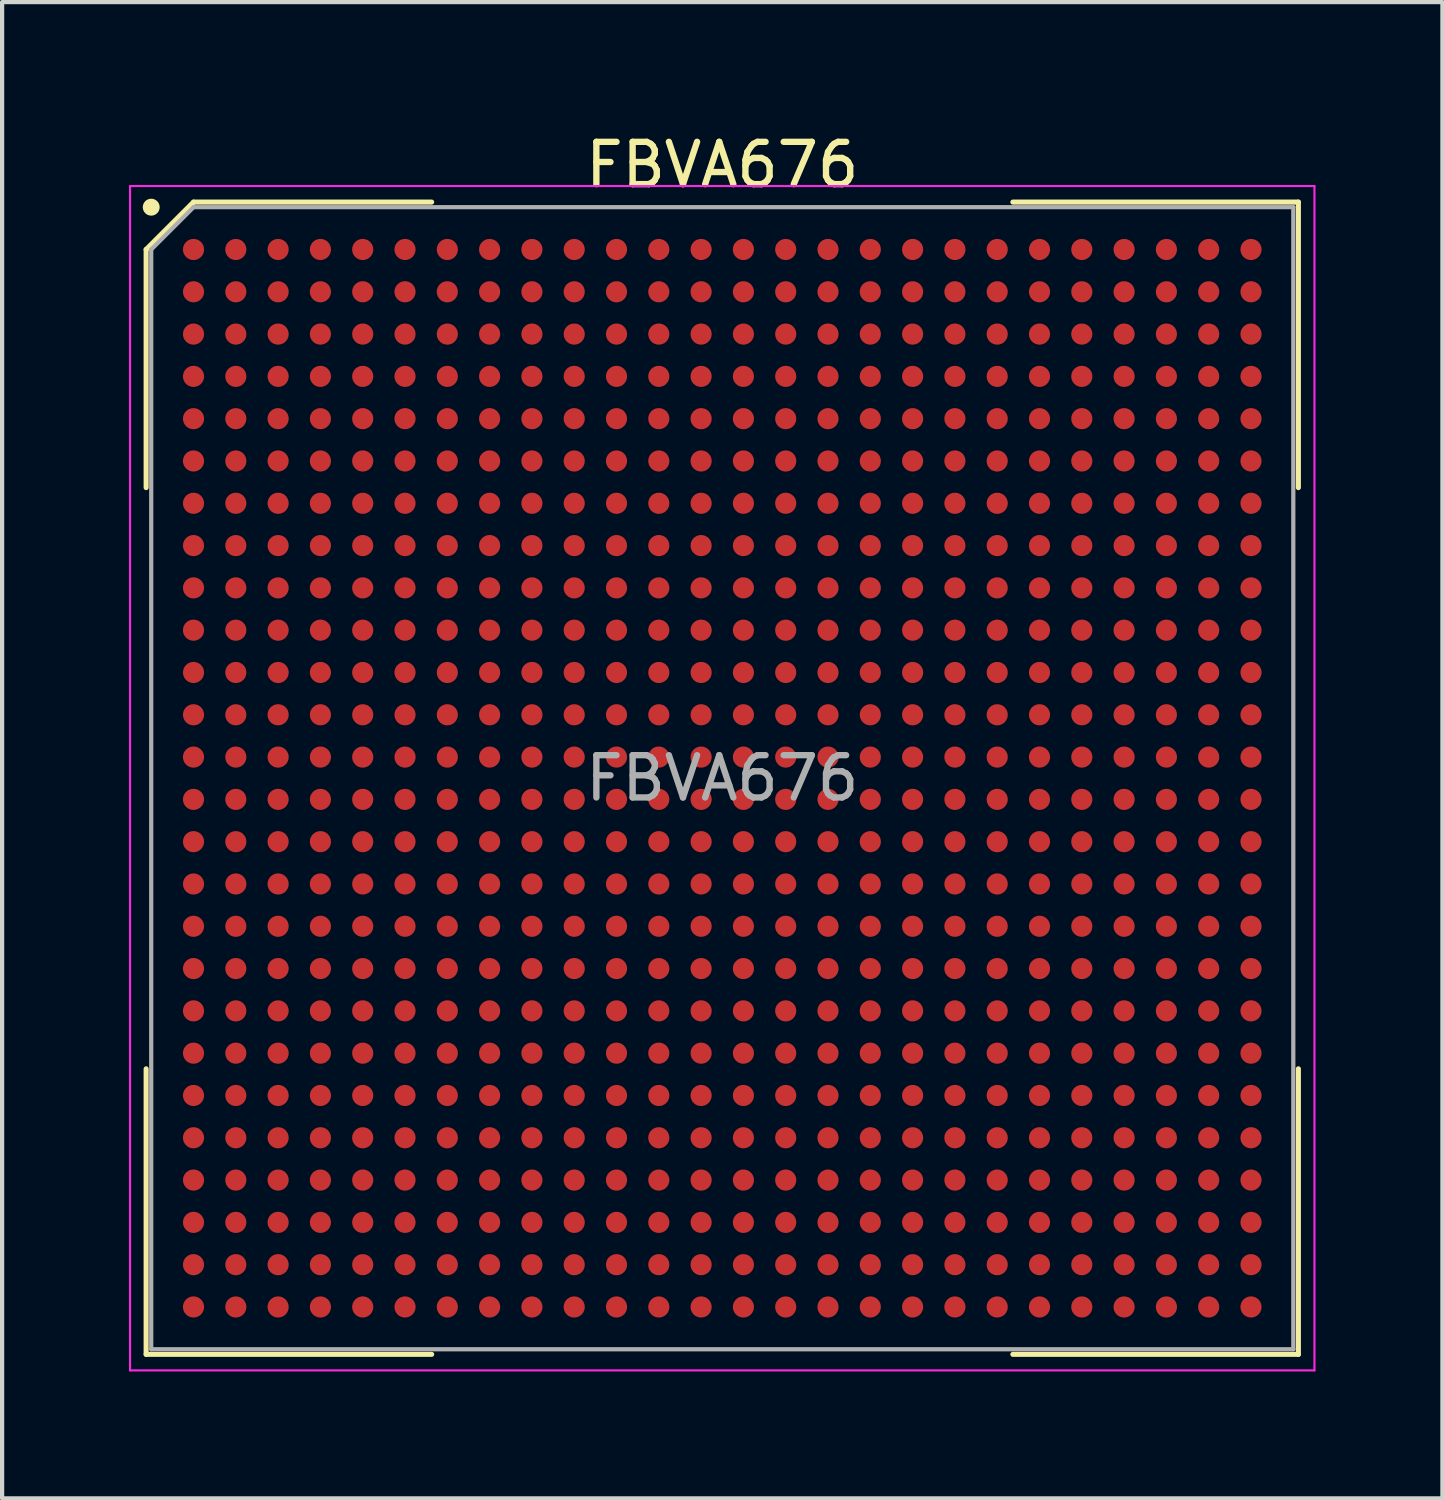
<source format=kicad_pcb>
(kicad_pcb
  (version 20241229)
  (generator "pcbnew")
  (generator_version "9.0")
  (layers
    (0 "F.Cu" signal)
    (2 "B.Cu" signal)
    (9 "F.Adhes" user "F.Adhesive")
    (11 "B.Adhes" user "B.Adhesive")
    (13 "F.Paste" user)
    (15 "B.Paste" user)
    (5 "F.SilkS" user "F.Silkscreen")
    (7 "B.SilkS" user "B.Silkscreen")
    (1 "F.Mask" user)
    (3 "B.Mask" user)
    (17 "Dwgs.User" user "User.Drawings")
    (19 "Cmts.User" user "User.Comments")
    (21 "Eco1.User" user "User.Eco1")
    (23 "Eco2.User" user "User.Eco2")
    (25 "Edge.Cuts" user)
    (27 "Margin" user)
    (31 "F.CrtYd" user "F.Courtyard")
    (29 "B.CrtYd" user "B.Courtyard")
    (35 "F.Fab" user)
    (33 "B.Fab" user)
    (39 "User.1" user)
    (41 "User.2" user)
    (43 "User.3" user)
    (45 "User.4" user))
  (footprint "FBVA676"
    (layer "F.Cu")
    (at 14.025 15.348)
    (property "Reference" "FBVA676" (at 0 -14.5 0) (layer "F.SilkS") (effects (font (size 1 1) (thickness 0.15))))
    (attr smd)
    (fp_line (start -13.62 -12.5) (end -13.62 -6.87) (stroke (width 0.12) (type default)) (layer "F.SilkS"))
    (fp_line (start -13.62 13.62) (end -13.62 6.87) (stroke (width 0.12) (type default)) (layer "F.SilkS"))
    (fp_line (start -12.5 -13.62) (end -13.62 -12.5) (stroke (width 0.12) (type default)) (layer "F.SilkS"))
    (fp_line (start -6.87 -13.62) (end -12.5 -13.62) (stroke (width 0.12) (type default)) (layer "F.SilkS"))
    (fp_line (start -6.87 13.62) (end -13.62 13.62) (stroke (width 0.12) (type default)) (layer "F.SilkS"))
    (fp_line (start 6.87 -13.62) (end 13.62 -13.62) (stroke (width 0.12) (type default)) (layer "F.SilkS"))
    (fp_line (start 6.87 13.62) (end 13.62 13.62) (stroke (width 0.12) (type default)) (layer "F.SilkS"))
    (fp_line (start 13.62 -13.62) (end 13.62 -6.87) (stroke (width 0.12) (type default)) (layer "F.SilkS"))
    (fp_line (start 13.62 13.62) (end 13.62 6.87) (stroke (width 0.12) (type default)) (layer "F.SilkS"))
    (fp_circle (center -13.5 -13.5) (end -13.5 -13.4) (stroke (width 0.2) (type default)) (fill no) (layer "F.SilkS"))
    (fp_line (start -14 -14) (end 14 -14) (stroke (width 0.05) (type default)) (layer "F.CrtYd"))
    (fp_line (start -14 14) (end -14 -14) (stroke (width 0.05) (type default)) (layer "F.CrtYd"))
    (fp_line (start 14 -14) (end 14 14) (stroke (width 0.05) (type default)) (layer "F.CrtYd"))
    (fp_line (start 14 14) (end -14 14) (stroke (width 0.05) (type default)) (layer "F.CrtYd"))
    (fp_line (start -13.5 -12.5) (end -13.5 13.5) (stroke (width 0.1) (type default)) (layer "F.Fab"))
    (fp_line (start -13.5 13.5) (end 13.5 13.5) (stroke (width 0.1) (type default)) (layer "F.Fab"))
    (fp_line (start -12.5 -13.5) (end -13.5 -12.5) (stroke (width 0.1) (type default)) (layer "F.Fab"))
    (fp_line (start 13.5 -13.5) (end -12.5 -13.5) (stroke (width 0.1) (type default)) (layer "F.Fab"))
    (fp_line (start 13.5 13.5) (end 13.5 -13.5) (stroke (width 0.1) (type default)) (layer "F.Fab"))
    (fp_text user "${REFERENCE}" (at 0 0 0) (layer "F.Fab") (effects (font (size 1 1) (thickness 0.15))))
    (pad "A1" smd circle (at -12.5 -12.5) (size 0.5 0.5) (layers "F.Cu" "F.Mask" "F.Paste"))
    (pad "A2" smd circle (at -11.5 -12.5) (size 0.5 0.5) (layers "F.Cu" "F.Mask" "F.Paste"))
    (pad "A3" smd circle (at -10.5 -12.5) (size 0.5 0.5) (layers "F.Cu" "F.Mask" "F.Paste"))
    (pad "A4" smd circle (at -9.5 -12.5) (size 0.5 0.5) (layers "F.Cu" "F.Mask" "F.Paste"))
    (pad "A5" smd circle (at -8.5 -12.5) (size 0.5 0.5) (layers "F.Cu" "F.Mask" "F.Paste"))
    (pad "A6" smd circle (at -7.5 -12.5) (size 0.5 0.5) (layers "F.Cu" "F.Mask" "F.Paste"))
    (pad "A7" smd circle (at -6.5 -12.5) (size 0.5 0.5) (layers "F.Cu" "F.Mask" "F.Paste"))
    (pad "A8" smd circle (at -5.5 -12.5) (size 0.5 0.5) (layers "F.Cu" "F.Mask" "F.Paste"))
    (pad "A9" smd circle (at -4.5 -12.5) (size 0.5 0.5) (layers "F.Cu" "F.Mask" "F.Paste"))
    (pad "A10" smd circle (at -3.5 -12.5) (size 0.5 0.5) (layers "F.Cu" "F.Mask" "F.Paste"))
    (pad "A11" smd circle (at -2.5 -12.5) (size 0.5 0.5) (layers "F.Cu" "F.Mask" "F.Paste"))
    (pad "A12" smd circle (at -1.5 -12.5) (size 0.5 0.5) (layers "F.Cu" "F.Mask" "F.Paste"))
    (pad "A13" smd circle (at -0.5 -12.5) (size 0.5 0.5) (layers "F.Cu" "F.Mask" "F.Paste"))
    (pad "A14" smd circle (at 0.5 -12.5) (size 0.5 0.5) (layers "F.Cu" "F.Mask" "F.Paste"))
    (pad "A15" smd circle (at 1.5 -12.5) (size 0.5 0.5) (layers "F.Cu" "F.Mask" "F.Paste"))
    (pad "A16" smd circle (at 2.5 -12.5) (size 0.5 0.5) (layers "F.Cu" "F.Mask" "F.Paste"))
    (pad "A17" smd circle (at 3.5 -12.5) (size 0.5 0.5) (layers "F.Cu" "F.Mask" "F.Paste"))
    (pad "A18" smd circle (at 4.5 -12.5) (size 0.5 0.5) (layers "F.Cu" "F.Mask" "F.Paste"))
    (pad "A19" smd circle (at 5.5 -12.5) (size 0.5 0.5) (layers "F.Cu" "F.Mask" "F.Paste"))
    (pad "A20" smd circle (at 6.5 -12.5) (size 0.5 0.5) (layers "F.Cu" "F.Mask" "F.Paste"))
    (pad "A21" smd circle (at 7.5 -12.5) (size 0.5 0.5) (layers "F.Cu" "F.Mask" "F.Paste"))
    (pad "A22" smd circle (at 8.5 -12.5) (size 0.5 0.5) (layers "F.Cu" "F.Mask" "F.Paste"))
    (pad "A23" smd circle (at 9.5 -12.5) (size 0.5 0.5) (layers "F.Cu" "F.Mask" "F.Paste"))
    (pad "A24" smd circle (at 10.5 -12.5) (size 0.5 0.5) (layers "F.Cu" "F.Mask" "F.Paste"))
    (pad "A25" smd circle (at 11.5 -12.5) (size 0.5 0.5) (layers "F.Cu" "F.Mask" "F.Paste"))
    (pad "A26" smd circle (at 12.5 -12.5) (size 0.5 0.5) (layers "F.Cu" "F.Mask" "F.Paste"))
    (pad "AA1" smd circle (at -12.5 7.5) (size 0.5 0.5) (layers "F.Cu" "F.Mask" "F.Paste"))
    (pad "AA2" smd circle (at -11.5 7.5) (size 0.5 0.5) (layers "F.Cu" "F.Mask" "F.Paste"))
    (pad "AA3" smd circle (at -10.5 7.5) (size 0.5 0.5) (layers "F.Cu" "F.Mask" "F.Paste"))
    (pad "AA4" smd circle (at -9.5 7.5) (size 0.5 0.5) (layers "F.Cu" "F.Mask" "F.Paste"))
    (pad "AA5" smd circle (at -8.5 7.5) (size 0.5 0.5) (layers "F.Cu" "F.Mask" "F.Paste"))
    (pad "AA6" smd circle (at -7.5 7.5) (size 0.5 0.5) (layers "F.Cu" "F.Mask" "F.Paste"))
    (pad "AA7" smd circle (at -6.5 7.5) (size 0.5 0.5) (layers "F.Cu" "F.Mask" "F.Paste"))
    (pad "AA8" smd circle (at -5.5 7.5) (size 0.5 0.5) (layers "F.Cu" "F.Mask" "F.Paste"))
    (pad "AA9" smd circle (at -4.5 7.5) (size 0.5 0.5) (layers "F.Cu" "F.Mask" "F.Paste"))
    (pad "AA10" smd circle (at -3.5 7.5) (size 0.5 0.5) (layers "F.Cu" "F.Mask" "F.Paste"))
    (pad "AA11" smd circle (at -2.5 7.5) (size 0.5 0.5) (layers "F.Cu" "F.Mask" "F.Paste"))
    (pad "AA12" smd circle (at -1.5 7.5) (size 0.5 0.5) (layers "F.Cu" "F.Mask" "F.Paste"))
    (pad "AA13" smd circle (at -0.5 7.5) (size 0.5 0.5) (layers "F.Cu" "F.Mask" "F.Paste"))
    (pad "AA14" smd circle (at 0.5 7.5) (size 0.5 0.5) (layers "F.Cu" "F.Mask" "F.Paste"))
    (pad "AA15" smd circle (at 1.5 7.5) (size 0.5 0.5) (layers "F.Cu" "F.Mask" "F.Paste"))
    (pad "AA16" smd circle (at 2.5 7.5) (size 0.5 0.5) (layers "F.Cu" "F.Mask" "F.Paste"))
    (pad "AA17" smd circle (at 3.5 7.5) (size 0.5 0.5) (layers "F.Cu" "F.Mask" "F.Paste"))
    (pad "AA18" smd circle (at 4.5 7.5) (size 0.5 0.5) (layers "F.Cu" "F.Mask" "F.Paste"))
    (pad "AA19" smd circle (at 5.5 7.5) (size 0.5 0.5) (layers "F.Cu" "F.Mask" "F.Paste"))
    (pad "AA20" smd circle (at 6.5 7.5) (size 0.5 0.5) (layers "F.Cu" "F.Mask" "F.Paste"))
    (pad "AA21" smd circle (at 7.5 7.5) (size 0.5 0.5) (layers "F.Cu" "F.Mask" "F.Paste"))
    (pad "AA22" smd circle (at 8.5 7.5) (size 0.5 0.5) (layers "F.Cu" "F.Mask" "F.Paste"))
    (pad "AA23" smd circle (at 9.5 7.5) (size 0.5 0.5) (layers "F.Cu" "F.Mask" "F.Paste"))
    (pad "AA24" smd circle (at 10.5 7.5) (size 0.5 0.5) (layers "F.Cu" "F.Mask" "F.Paste"))
    (pad "AA25" smd circle (at 11.5 7.5) (size 0.5 0.5) (layers "F.Cu" "F.Mask" "F.Paste"))
    (pad "AA26" smd circle (at 12.5 7.5) (size 0.5 0.5) (layers "F.Cu" "F.Mask" "F.Paste"))
    (pad "AB1" smd circle (at -12.5 8.5) (size 0.5 0.5) (layers "F.Cu" "F.Mask" "F.Paste"))
    (pad "AB2" smd circle (at -11.5 8.5) (size 0.5 0.5) (layers "F.Cu" "F.Mask" "F.Paste"))
    (pad "AB3" smd circle (at -10.5 8.5) (size 0.5 0.5) (layers "F.Cu" "F.Mask" "F.Paste"))
    (pad "AB4" smd circle (at -9.5 8.5) (size 0.5 0.5) (layers "F.Cu" "F.Mask" "F.Paste"))
    (pad "AB5" smd circle (at -8.5 8.5) (size 0.5 0.5) (layers "F.Cu" "F.Mask" "F.Paste"))
    (pad "AB6" smd circle (at -7.5 8.5) (size 0.5 0.5) (layers "F.Cu" "F.Mask" "F.Paste"))
    (pad "AB7" smd circle (at -6.5 8.5) (size 0.5 0.5) (layers "F.Cu" "F.Mask" "F.Paste"))
    (pad "AB8" smd circle (at -5.5 8.5) (size 0.5 0.5) (layers "F.Cu" "F.Mask" "F.Paste"))
    (pad "AB9" smd circle (at -4.5 8.5) (size 0.5 0.5) (layers "F.Cu" "F.Mask" "F.Paste"))
    (pad "AB10" smd circle (at -3.5 8.5) (size 0.5 0.5) (layers "F.Cu" "F.Mask" "F.Paste"))
    (pad "AB11" smd circle (at -2.5 8.5) (size 0.5 0.5) (layers "F.Cu" "F.Mask" "F.Paste"))
    (pad "AB12" smd circle (at -1.5 8.5) (size 0.5 0.5) (layers "F.Cu" "F.Mask" "F.Paste"))
    (pad "AB13" smd circle (at -0.5 8.5) (size 0.5 0.5) (layers "F.Cu" "F.Mask" "F.Paste"))
    (pad "AB14" smd circle (at 0.5 8.5) (size 0.5 0.5) (layers "F.Cu" "F.Mask" "F.Paste"))
    (pad "AB15" smd circle (at 1.5 8.5) (size 0.5 0.5) (layers "F.Cu" "F.Mask" "F.Paste"))
    (pad "AB16" smd circle (at 2.5 8.5) (size 0.5 0.5) (layers "F.Cu" "F.Mask" "F.Paste"))
    (pad "AB17" smd circle (at 3.5 8.5) (size 0.5 0.5) (layers "F.Cu" "F.Mask" "F.Paste"))
    (pad "AB18" smd circle (at 4.5 8.5) (size 0.5 0.5) (layers "F.Cu" "F.Mask" "F.Paste"))
    (pad "AB19" smd circle (at 5.5 8.5) (size 0.5 0.5) (layers "F.Cu" "F.Mask" "F.Paste"))
    (pad "AB20" smd circle (at 6.5 8.5) (size 0.5 0.5) (layers "F.Cu" "F.Mask" "F.Paste"))
    (pad "AB21" smd circle (at 7.5 8.5) (size 0.5 0.5) (layers "F.Cu" "F.Mask" "F.Paste"))
    (pad "AB22" smd circle (at 8.5 8.5) (size 0.5 0.5) (layers "F.Cu" "F.Mask" "F.Paste"))
    (pad "AB23" smd circle (at 9.5 8.5) (size 0.5 0.5) (layers "F.Cu" "F.Mask" "F.Paste"))
    (pad "AB24" smd circle (at 10.5 8.5) (size 0.5 0.5) (layers "F.Cu" "F.Mask" "F.Paste"))
    (pad "AB25" smd circle (at 11.5 8.5) (size 0.5 0.5) (layers "F.Cu" "F.Mask" "F.Paste"))
    (pad "AB26" smd circle (at 12.5 8.5) (size 0.5 0.5) (layers "F.Cu" "F.Mask" "F.Paste"))
    (pad "AC1" smd circle (at -12.5 9.5) (size 0.5 0.5) (layers "F.Cu" "F.Mask" "F.Paste"))
    (pad "AC2" smd circle (at -11.5 9.5) (size 0.5 0.5) (layers "F.Cu" "F.Mask" "F.Paste"))
    (pad "AC3" smd circle (at -10.5 9.5) (size 0.5 0.5) (layers "F.Cu" "F.Mask" "F.Paste"))
    (pad "AC4" smd circle (at -9.5 9.5) (size 0.5 0.5) (layers "F.Cu" "F.Mask" "F.Paste"))
    (pad "AC5" smd circle (at -8.5 9.5) (size 0.5 0.5) (layers "F.Cu" "F.Mask" "F.Paste"))
    (pad "AC6" smd circle (at -7.5 9.5) (size 0.5 0.5) (layers "F.Cu" "F.Mask" "F.Paste"))
    (pad "AC7" smd circle (at -6.5 9.5) (size 0.5 0.5) (layers "F.Cu" "F.Mask" "F.Paste"))
    (pad "AC8" smd circle (at -5.5 9.5) (size 0.5 0.5) (layers "F.Cu" "F.Mask" "F.Paste"))
    (pad "AC9" smd circle (at -4.5 9.5) (size 0.5 0.5) (layers "F.Cu" "F.Mask" "F.Paste"))
    (pad "AC10" smd circle (at -3.5 9.5) (size 0.5 0.5) (layers "F.Cu" "F.Mask" "F.Paste"))
    (pad "AC11" smd circle (at -2.5 9.5) (size 0.5 0.5) (layers "F.Cu" "F.Mask" "F.Paste"))
    (pad "AC12" smd circle (at -1.5 9.5) (size 0.5 0.5) (layers "F.Cu" "F.Mask" "F.Paste"))
    (pad "AC13" smd circle (at -0.5 9.5) (size 0.5 0.5) (layers "F.Cu" "F.Mask" "F.Paste"))
    (pad "AC14" smd circle (at 0.5 9.5) (size 0.5 0.5) (layers "F.Cu" "F.Mask" "F.Paste"))
    (pad "AC15" smd circle (at 1.5 9.5) (size 0.5 0.5) (layers "F.Cu" "F.Mask" "F.Paste"))
    (pad "AC16" smd circle (at 2.5 9.5) (size 0.5 0.5) (layers "F.Cu" "F.Mask" "F.Paste"))
    (pad "AC17" smd circle (at 3.5 9.5) (size 0.5 0.5) (layers "F.Cu" "F.Mask" "F.Paste"))
    (pad "AC18" smd circle (at 4.5 9.5) (size 0.5 0.5) (layers "F.Cu" "F.Mask" "F.Paste"))
    (pad "AC19" smd circle (at 5.5 9.5) (size 0.5 0.5) (layers "F.Cu" "F.Mask" "F.Paste"))
    (pad "AC20" smd circle (at 6.5 9.5) (size 0.5 0.5) (layers "F.Cu" "F.Mask" "F.Paste"))
    (pad "AC21" smd circle (at 7.5 9.5) (size 0.5 0.5) (layers "F.Cu" "F.Mask" "F.Paste"))
    (pad "AC22" smd circle (at 8.5 9.5) (size 0.5 0.5) (layers "F.Cu" "F.Mask" "F.Paste"))
    (pad "AC23" smd circle (at 9.5 9.5) (size 0.5 0.5) (layers "F.Cu" "F.Mask" "F.Paste"))
    (pad "AC24" smd circle (at 10.5 9.5) (size 0.5 0.5) (layers "F.Cu" "F.Mask" "F.Paste"))
    (pad "AC25" smd circle (at 11.5 9.5) (size 0.5 0.5) (layers "F.Cu" "F.Mask" "F.Paste"))
    (pad "AC26" smd circle (at 12.5 9.5) (size 0.5 0.5) (layers "F.Cu" "F.Mask" "F.Paste"))
    (pad "AD1" smd circle (at -12.5 10.5) (size 0.5 0.5) (layers "F.Cu" "F.Mask" "F.Paste"))
    (pad "AD2" smd circle (at -11.5 10.5) (size 0.5 0.5) (layers "F.Cu" "F.Mask" "F.Paste"))
    (pad "AD3" smd circle (at -10.5 10.5) (size 0.5 0.5) (layers "F.Cu" "F.Mask" "F.Paste"))
    (pad "AD4" smd circle (at -9.5 10.5) (size 0.5 0.5) (layers "F.Cu" "F.Mask" "F.Paste"))
    (pad "AD5" smd circle (at -8.5 10.5) (size 0.5 0.5) (layers "F.Cu" "F.Mask" "F.Paste"))
    (pad "AD6" smd circle (at -7.5 10.5) (size 0.5 0.5) (layers "F.Cu" "F.Mask" "F.Paste"))
    (pad "AD7" smd circle (at -6.5 10.5) (size 0.5 0.5) (layers "F.Cu" "F.Mask" "F.Paste"))
    (pad "AD8" smd circle (at -5.5 10.5) (size 0.5 0.5) (layers "F.Cu" "F.Mask" "F.Paste"))
    (pad "AD9" smd circle (at -4.5 10.5) (size 0.5 0.5) (layers "F.Cu" "F.Mask" "F.Paste"))
    (pad "AD10" smd circle (at -3.5 10.5) (size 0.5 0.5) (layers "F.Cu" "F.Mask" "F.Paste"))
    (pad "AD11" smd circle (at -2.5 10.5) (size 0.5 0.5) (layers "F.Cu" "F.Mask" "F.Paste"))
    (pad "AD12" smd circle (at -1.5 10.5) (size 0.5 0.5) (layers "F.Cu" "F.Mask" "F.Paste"))
    (pad "AD13" smd circle (at -0.5 10.5) (size 0.5 0.5) (layers "F.Cu" "F.Mask" "F.Paste"))
    (pad "AD14" smd circle (at 0.5 10.5) (size 0.5 0.5) (layers "F.Cu" "F.Mask" "F.Paste"))
    (pad "AD15" smd circle (at 1.5 10.5) (size 0.5 0.5) (layers "F.Cu" "F.Mask" "F.Paste"))
    (pad "AD16" smd circle (at 2.5 10.5) (size 0.5 0.5) (layers "F.Cu" "F.Mask" "F.Paste"))
    (pad "AD17" smd circle (at 3.5 10.5) (size 0.5 0.5) (layers "F.Cu" "F.Mask" "F.Paste"))
    (pad "AD18" smd circle (at 4.5 10.5) (size 0.5 0.5) (layers "F.Cu" "F.Mask" "F.Paste"))
    (pad "AD19" smd circle (at 5.5 10.5) (size 0.5 0.5) (layers "F.Cu" "F.Mask" "F.Paste"))
    (pad "AD20" smd circle (at 6.5 10.5) (size 0.5 0.5) (layers "F.Cu" "F.Mask" "F.Paste"))
    (pad "AD21" smd circle (at 7.5 10.5) (size 0.5 0.5) (layers "F.Cu" "F.Mask" "F.Paste"))
    (pad "AD22" smd circle (at 8.5 10.5) (size 0.5 0.5) (layers "F.Cu" "F.Mask" "F.Paste"))
    (pad "AD23" smd circle (at 9.5 10.5) (size 0.5 0.5) (layers "F.Cu" "F.Mask" "F.Paste"))
    (pad "AD24" smd circle (at 10.5 10.5) (size 0.5 0.5) (layers "F.Cu" "F.Mask" "F.Paste"))
    (pad "AD25" smd circle (at 11.5 10.5) (size 0.5 0.5) (layers "F.Cu" "F.Mask" "F.Paste"))
    (pad "AD26" smd circle (at 12.5 10.5) (size 0.5 0.5) (layers "F.Cu" "F.Mask" "F.Paste"))
    (pad "AE1" smd circle (at -12.5 11.5) (size 0.5 0.5) (layers "F.Cu" "F.Mask" "F.Paste"))
    (pad "AE2" smd circle (at -11.5 11.5) (size 0.5 0.5) (layers "F.Cu" "F.Mask" "F.Paste"))
    (pad "AE3" smd circle (at -10.5 11.5) (size 0.5 0.5) (layers "F.Cu" "F.Mask" "F.Paste"))
    (pad "AE4" smd circle (at -9.5 11.5) (size 0.5 0.5) (layers "F.Cu" "F.Mask" "F.Paste"))
    (pad "AE5" smd circle (at -8.5 11.5) (size 0.5 0.5) (layers "F.Cu" "F.Mask" "F.Paste"))
    (pad "AE6" smd circle (at -7.5 11.5) (size 0.5 0.5) (layers "F.Cu" "F.Mask" "F.Paste"))
    (pad "AE7" smd circle (at -6.5 11.5) (size 0.5 0.5) (layers "F.Cu" "F.Mask" "F.Paste"))
    (pad "AE8" smd circle (at -5.5 11.5) (size 0.5 0.5) (layers "F.Cu" "F.Mask" "F.Paste"))
    (pad "AE9" smd circle (at -4.5 11.5) (size 0.5 0.5) (layers "F.Cu" "F.Mask" "F.Paste"))
    (pad "AE10" smd circle (at -3.5 11.5) (size 0.5 0.5) (layers "F.Cu" "F.Mask" "F.Paste"))
    (pad "AE11" smd circle (at -2.5 11.5) (size 0.5 0.5) (layers "F.Cu" "F.Mask" "F.Paste"))
    (pad "AE12" smd circle (at -1.5 11.5) (size 0.5 0.5) (layers "F.Cu" "F.Mask" "F.Paste"))
    (pad "AE13" smd circle (at -0.5 11.5) (size 0.5 0.5) (layers "F.Cu" "F.Mask" "F.Paste"))
    (pad "AE14" smd circle (at 0.5 11.5) (size 0.5 0.5) (layers "F.Cu" "F.Mask" "F.Paste"))
    (pad "AE15" smd circle (at 1.5 11.5) (size 0.5 0.5) (layers "F.Cu" "F.Mask" "F.Paste"))
    (pad "AE16" smd circle (at 2.5 11.5) (size 0.5 0.5) (layers "F.Cu" "F.Mask" "F.Paste"))
    (pad "AE17" smd circle (at 3.5 11.5) (size 0.5 0.5) (layers "F.Cu" "F.Mask" "F.Paste"))
    (pad "AE18" smd circle (at 4.5 11.5) (size 0.5 0.5) (layers "F.Cu" "F.Mask" "F.Paste"))
    (pad "AE19" smd circle (at 5.5 11.5) (size 0.5 0.5) (layers "F.Cu" "F.Mask" "F.Paste"))
    (pad "AE20" smd circle (at 6.5 11.5) (size 0.5 0.5) (layers "F.Cu" "F.Mask" "F.Paste"))
    (pad "AE21" smd circle (at 7.5 11.5) (size 0.5 0.5) (layers "F.Cu" "F.Mask" "F.Paste"))
    (pad "AE22" smd circle (at 8.5 11.5) (size 0.5 0.5) (layers "F.Cu" "F.Mask" "F.Paste"))
    (pad "AE23" smd circle (at 9.5 11.5) (size 0.5 0.5) (layers "F.Cu" "F.Mask" "F.Paste"))
    (pad "AE24" smd circle (at 10.5 11.5) (size 0.5 0.5) (layers "F.Cu" "F.Mask" "F.Paste"))
    (pad "AE25" smd circle (at 11.5 11.5) (size 0.5 0.5) (layers "F.Cu" "F.Mask" "F.Paste"))
    (pad "AE26" smd circle (at 12.5 11.5) (size 0.5 0.5) (layers "F.Cu" "F.Mask" "F.Paste"))
    (pad "AF1" smd circle (at -12.5 12.5) (size 0.5 0.5) (layers "F.Cu" "F.Mask" "F.Paste"))
    (pad "AF2" smd circle (at -11.5 12.5) (size 0.5 0.5) (layers "F.Cu" "F.Mask" "F.Paste"))
    (pad "AF3" smd circle (at -10.5 12.5) (size 0.5 0.5) (layers "F.Cu" "F.Mask" "F.Paste"))
    (pad "AF4" smd circle (at -9.5 12.5) (size 0.5 0.5) (layers "F.Cu" "F.Mask" "F.Paste"))
    (pad "AF5" smd circle (at -8.5 12.5) (size 0.5 0.5) (layers "F.Cu" "F.Mask" "F.Paste"))
    (pad "AF6" smd circle (at -7.5 12.5) (size 0.5 0.5) (layers "F.Cu" "F.Mask" "F.Paste"))
    (pad "AF7" smd circle (at -6.5 12.5) (size 0.5 0.5) (layers "F.Cu" "F.Mask" "F.Paste"))
    (pad "AF8" smd circle (at -5.5 12.5) (size 0.5 0.5) (layers "F.Cu" "F.Mask" "F.Paste"))
    (pad "AF9" smd circle (at -4.5 12.5) (size 0.5 0.5) (layers "F.Cu" "F.Mask" "F.Paste"))
    (pad "AF10" smd circle (at -3.5 12.5) (size 0.5 0.5) (layers "F.Cu" "F.Mask" "F.Paste"))
    (pad "AF11" smd circle (at -2.5 12.5) (size 0.5 0.5) (layers "F.Cu" "F.Mask" "F.Paste"))
    (pad "AF12" smd circle (at -1.5 12.5) (size 0.5 0.5) (layers "F.Cu" "F.Mask" "F.Paste"))
    (pad "AF13" smd circle (at -0.5 12.5) (size 0.5 0.5) (layers "F.Cu" "F.Mask" "F.Paste"))
    (pad "AF14" smd circle (at 0.5 12.5) (size 0.5 0.5) (layers "F.Cu" "F.Mask" "F.Paste"))
    (pad "AF15" smd circle (at 1.5 12.5) (size 0.5 0.5) (layers "F.Cu" "F.Mask" "F.Paste"))
    (pad "AF16" smd circle (at 2.5 12.5) (size 0.5 0.5) (layers "F.Cu" "F.Mask" "F.Paste"))
    (pad "AF17" smd circle (at 3.5 12.5) (size 0.5 0.5) (layers "F.Cu" "F.Mask" "F.Paste"))
    (pad "AF18" smd circle (at 4.5 12.5) (size 0.5 0.5) (layers "F.Cu" "F.Mask" "F.Paste"))
    (pad "AF19" smd circle (at 5.5 12.5) (size 0.5 0.5) (layers "F.Cu" "F.Mask" "F.Paste"))
    (pad "AF20" smd circle (at 6.5 12.5) (size 0.5 0.5) (layers "F.Cu" "F.Mask" "F.Paste"))
    (pad "AF21" smd circle (at 7.5 12.5) (size 0.5 0.5) (layers "F.Cu" "F.Mask" "F.Paste"))
    (pad "AF22" smd circle (at 8.5 12.5) (size 0.5 0.5) (layers "F.Cu" "F.Mask" "F.Paste"))
    (pad "AF23" smd circle (at 9.5 12.5) (size 0.5 0.5) (layers "F.Cu" "F.Mask" "F.Paste"))
    (pad "AF24" smd circle (at 10.5 12.5) (size 0.5 0.5) (layers "F.Cu" "F.Mask" "F.Paste"))
    (pad "AF25" smd circle (at 11.5 12.5) (size 0.5 0.5) (layers "F.Cu" "F.Mask" "F.Paste"))
    (pad "AF26" smd circle (at 12.5 12.5) (size 0.5 0.5) (layers "F.Cu" "F.Mask" "F.Paste"))
    (pad "B1" smd circle (at -12.5 -11.5) (size 0.5 0.5) (layers "F.Cu" "F.Mask" "F.Paste"))
    (pad "B2" smd circle (at -11.5 -11.5) (size 0.5 0.5) (layers "F.Cu" "F.Mask" "F.Paste"))
    (pad "B3" smd circle (at -10.5 -11.5) (size 0.5 0.5) (layers "F.Cu" "F.Mask" "F.Paste"))
    (pad "B4" smd circle (at -9.5 -11.5) (size 0.5 0.5) (layers "F.Cu" "F.Mask" "F.Paste"))
    (pad "B5" smd circle (at -8.5 -11.5) (size 0.5 0.5) (layers "F.Cu" "F.Mask" "F.Paste"))
    (pad "B6" smd circle (at -7.5 -11.5) (size 0.5 0.5) (layers "F.Cu" "F.Mask" "F.Paste"))
    (pad "B7" smd circle (at -6.5 -11.5) (size 0.5 0.5) (layers "F.Cu" "F.Mask" "F.Paste"))
    (pad "B8" smd circle (at -5.5 -11.5) (size 0.5 0.5) (layers "F.Cu" "F.Mask" "F.Paste"))
    (pad "B9" smd circle (at -4.5 -11.5) (size 0.5 0.5) (layers "F.Cu" "F.Mask" "F.Paste"))
    (pad "B10" smd circle (at -3.5 -11.5) (size 0.5 0.5) (layers "F.Cu" "F.Mask" "F.Paste"))
    (pad "B11" smd circle (at -2.5 -11.5) (size 0.5 0.5) (layers "F.Cu" "F.Mask" "F.Paste"))
    (pad "B12" smd circle (at -1.5 -11.5) (size 0.5 0.5) (layers "F.Cu" "F.Mask" "F.Paste"))
    (pad "B13" smd circle (at -0.5 -11.5) (size 0.5 0.5) (layers "F.Cu" "F.Mask" "F.Paste"))
    (pad "B14" smd circle (at 0.5 -11.5) (size 0.5 0.5) (layers "F.Cu" "F.Mask" "F.Paste"))
    (pad "B15" smd circle (at 1.5 -11.5) (size 0.5 0.5) (layers "F.Cu" "F.Mask" "F.Paste"))
    (pad "B16" smd circle (at 2.5 -11.5) (size 0.5 0.5) (layers "F.Cu" "F.Mask" "F.Paste"))
    (pad "B17" smd circle (at 3.5 -11.5) (size 0.5 0.5) (layers "F.Cu" "F.Mask" "F.Paste"))
    (pad "B18" smd circle (at 4.5 -11.5) (size 0.5 0.5) (layers "F.Cu" "F.Mask" "F.Paste"))
    (pad "B19" smd circle (at 5.5 -11.5) (size 0.5 0.5) (layers "F.Cu" "F.Mask" "F.Paste"))
    (pad "B20" smd circle (at 6.5 -11.5) (size 0.5 0.5) (layers "F.Cu" "F.Mask" "F.Paste"))
    (pad "B21" smd circle (at 7.5 -11.5) (size 0.5 0.5) (layers "F.Cu" "F.Mask" "F.Paste"))
    (pad "B22" smd circle (at 8.5 -11.5) (size 0.5 0.5) (layers "F.Cu" "F.Mask" "F.Paste"))
    (pad "B23" smd circle (at 9.5 -11.5) (size 0.5 0.5) (layers "F.Cu" "F.Mask" "F.Paste"))
    (pad "B24" smd circle (at 10.5 -11.5) (size 0.5 0.5) (layers "F.Cu" "F.Mask" "F.Paste"))
    (pad "B25" smd circle (at 11.5 -11.5) (size 0.5 0.5) (layers "F.Cu" "F.Mask" "F.Paste"))
    (pad "B26" smd circle (at 12.5 -11.5) (size 0.5 0.5) (layers "F.Cu" "F.Mask" "F.Paste"))
    (pad "C1" smd circle (at -12.5 -10.5) (size 0.5 0.5) (layers "F.Cu" "F.Mask" "F.Paste"))
    (pad "C2" smd circle (at -11.5 -10.5) (size 0.5 0.5) (layers "F.Cu" "F.Mask" "F.Paste"))
    (pad "C3" smd circle (at -10.5 -10.5) (size 0.5 0.5) (layers "F.Cu" "F.Mask" "F.Paste"))
    (pad "C4" smd circle (at -9.5 -10.5) (size 0.5 0.5) (layers "F.Cu" "F.Mask" "F.Paste"))
    (pad "C5" smd circle (at -8.5 -10.5) (size 0.5 0.5) (layers "F.Cu" "F.Mask" "F.Paste"))
    (pad "C6" smd circle (at -7.5 -10.5) (size 0.5 0.5) (layers "F.Cu" "F.Mask" "F.Paste"))
    (pad "C7" smd circle (at -6.5 -10.5) (size 0.5 0.5) (layers "F.Cu" "F.Mask" "F.Paste"))
    (pad "C8" smd circle (at -5.5 -10.5) (size 0.5 0.5) (layers "F.Cu" "F.Mask" "F.Paste"))
    (pad "C9" smd circle (at -4.5 -10.5) (size 0.5 0.5) (layers "F.Cu" "F.Mask" "F.Paste"))
    (pad "C10" smd circle (at -3.5 -10.5) (size 0.5 0.5) (layers "F.Cu" "F.Mask" "F.Paste"))
    (pad "C11" smd circle (at -2.5 -10.5) (size 0.5 0.5) (layers "F.Cu" "F.Mask" "F.Paste"))
    (pad "C12" smd circle (at -1.5 -10.5) (size 0.5 0.5) (layers "F.Cu" "F.Mask" "F.Paste"))
    (pad "C13" smd circle (at -0.5 -10.5) (size 0.5 0.5) (layers "F.Cu" "F.Mask" "F.Paste"))
    (pad "C14" smd circle (at 0.5 -10.5) (size 0.5 0.5) (layers "F.Cu" "F.Mask" "F.Paste"))
    (pad "C15" smd circle (at 1.5 -10.5) (size 0.5 0.5) (layers "F.Cu" "F.Mask" "F.Paste"))
    (pad "C16" smd circle (at 2.5 -10.5) (size 0.5 0.5) (layers "F.Cu" "F.Mask" "F.Paste"))
    (pad "C17" smd circle (at 3.5 -10.5) (size 0.5 0.5) (layers "F.Cu" "F.Mask" "F.Paste"))
    (pad "C18" smd circle (at 4.5 -10.5) (size 0.5 0.5) (layers "F.Cu" "F.Mask" "F.Paste"))
    (pad "C19" smd circle (at 5.5 -10.5) (size 0.5 0.5) (layers "F.Cu" "F.Mask" "F.Paste"))
    (pad "C20" smd circle (at 6.5 -10.5) (size 0.5 0.5) (layers "F.Cu" "F.Mask" "F.Paste"))
    (pad "C21" smd circle (at 7.5 -10.5) (size 0.5 0.5) (layers "F.Cu" "F.Mask" "F.Paste"))
    (pad "C22" smd circle (at 8.5 -10.5) (size 0.5 0.5) (layers "F.Cu" "F.Mask" "F.Paste"))
    (pad "C23" smd circle (at 9.5 -10.5) (size 0.5 0.5) (layers "F.Cu" "F.Mask" "F.Paste"))
    (pad "C24" smd circle (at 10.5 -10.5) (size 0.5 0.5) (layers "F.Cu" "F.Mask" "F.Paste"))
    (pad "C25" smd circle (at 11.5 -10.5) (size 0.5 0.5) (layers "F.Cu" "F.Mask" "F.Paste"))
    (pad "C26" smd circle (at 12.5 -10.5) (size 0.5 0.5) (layers "F.Cu" "F.Mask" "F.Paste"))
    (pad "D1" smd circle (at -12.5 -9.5) (size 0.5 0.5) (layers "F.Cu" "F.Mask" "F.Paste"))
    (pad "D2" smd circle (at -11.5 -9.5) (size 0.5 0.5) (layers "F.Cu" "F.Mask" "F.Paste"))
    (pad "D3" smd circle (at -10.5 -9.5) (size 0.5 0.5) (layers "F.Cu" "F.Mask" "F.Paste"))
    (pad "D4" smd circle (at -9.5 -9.5) (size 0.5 0.5) (layers "F.Cu" "F.Mask" "F.Paste"))
    (pad "D5" smd circle (at -8.5 -9.5) (size 0.5 0.5) (layers "F.Cu" "F.Mask" "F.Paste"))
    (pad "D6" smd circle (at -7.5 -9.5) (size 0.5 0.5) (layers "F.Cu" "F.Mask" "F.Paste"))
    (pad "D7" smd circle (at -6.5 -9.5) (size 0.5 0.5) (layers "F.Cu" "F.Mask" "F.Paste"))
    (pad "D8" smd circle (at -5.5 -9.5) (size 0.5 0.5) (layers "F.Cu" "F.Mask" "F.Paste"))
    (pad "D9" smd circle (at -4.5 -9.5) (size 0.5 0.5) (layers "F.Cu" "F.Mask" "F.Paste"))
    (pad "D10" smd circle (at -3.5 -9.5) (size 0.5 0.5) (layers "F.Cu" "F.Mask" "F.Paste"))
    (pad "D11" smd circle (at -2.5 -9.5) (size 0.5 0.5) (layers "F.Cu" "F.Mask" "F.Paste"))
    (pad "D12" smd circle (at -1.5 -9.5) (size 0.5 0.5) (layers "F.Cu" "F.Mask" "F.Paste"))
    (pad "D13" smd circle (at -0.5 -9.5) (size 0.5 0.5) (layers "F.Cu" "F.Mask" "F.Paste"))
    (pad "D14" smd circle (at 0.5 -9.5) (size 0.5 0.5) (layers "F.Cu" "F.Mask" "F.Paste"))
    (pad "D15" smd circle (at 1.5 -9.5) (size 0.5 0.5) (layers "F.Cu" "F.Mask" "F.Paste"))
    (pad "D16" smd circle (at 2.5 -9.5) (size 0.5 0.5) (layers "F.Cu" "F.Mask" "F.Paste"))
    (pad "D17" smd circle (at 3.5 -9.5) (size 0.5 0.5) (layers "F.Cu" "F.Mask" "F.Paste"))
    (pad "D18" smd circle (at 4.5 -9.5) (size 0.5 0.5) (layers "F.Cu" "F.Mask" "F.Paste"))
    (pad "D19" smd circle (at 5.5 -9.5) (size 0.5 0.5) (layers "F.Cu" "F.Mask" "F.Paste"))
    (pad "D20" smd circle (at 6.5 -9.5) (size 0.5 0.5) (layers "F.Cu" "F.Mask" "F.Paste"))
    (pad "D21" smd circle (at 7.5 -9.5) (size 0.5 0.5) (layers "F.Cu" "F.Mask" "F.Paste"))
    (pad "D22" smd circle (at 8.5 -9.5) (size 0.5 0.5) (layers "F.Cu" "F.Mask" "F.Paste"))
    (pad "D23" smd circle (at 9.5 -9.5) (size 0.5 0.5) (layers "F.Cu" "F.Mask" "F.Paste"))
    (pad "D24" smd circle (at 10.5 -9.5) (size 0.5 0.5) (layers "F.Cu" "F.Mask" "F.Paste"))
    (pad "D25" smd circle (at 11.5 -9.5) (size 0.5 0.5) (layers "F.Cu" "F.Mask" "F.Paste"))
    (pad "D26" smd circle (at 12.5 -9.5) (size 0.5 0.5) (layers "F.Cu" "F.Mask" "F.Paste"))
    (pad "E1" smd circle (at -12.5 -8.5) (size 0.5 0.5) (layers "F.Cu" "F.Mask" "F.Paste"))
    (pad "E2" smd circle (at -11.5 -8.5) (size 0.5 0.5) (layers "F.Cu" "F.Mask" "F.Paste"))
    (pad "E3" smd circle (at -10.5 -8.5) (size 0.5 0.5) (layers "F.Cu" "F.Mask" "F.Paste"))
    (pad "E4" smd circle (at -9.5 -8.5) (size 0.5 0.5) (layers "F.Cu" "F.Mask" "F.Paste"))
    (pad "E5" smd circle (at -8.5 -8.5) (size 0.5 0.5) (layers "F.Cu" "F.Mask" "F.Paste"))
    (pad "E6" smd circle (at -7.5 -8.5) (size 0.5 0.5) (layers "F.Cu" "F.Mask" "F.Paste"))
    (pad "E7" smd circle (at -6.5 -8.5) (size 0.5 0.5) (layers "F.Cu" "F.Mask" "F.Paste"))
    (pad "E8" smd circle (at -5.5 -8.5) (size 0.5 0.5) (layers "F.Cu" "F.Mask" "F.Paste"))
    (pad "E9" smd circle (at -4.5 -8.5) (size 0.5 0.5) (layers "F.Cu" "F.Mask" "F.Paste"))
    (pad "E10" smd circle (at -3.5 -8.5) (size 0.5 0.5) (layers "F.Cu" "F.Mask" "F.Paste"))
    (pad "E11" smd circle (at -2.5 -8.5) (size 0.5 0.5) (layers "F.Cu" "F.Mask" "F.Paste"))
    (pad "E12" smd circle (at -1.5 -8.5) (size 0.5 0.5) (layers "F.Cu" "F.Mask" "F.Paste"))
    (pad "E13" smd circle (at -0.5 -8.5) (size 0.5 0.5) (layers "F.Cu" "F.Mask" "F.Paste"))
    (pad "E14" smd circle (at 0.5 -8.5) (size 0.5 0.5) (layers "F.Cu" "F.Mask" "F.Paste"))
    (pad "E15" smd circle (at 1.5 -8.5) (size 0.5 0.5) (layers "F.Cu" "F.Mask" "F.Paste"))
    (pad "E16" smd circle (at 2.5 -8.5) (size 0.5 0.5) (layers "F.Cu" "F.Mask" "F.Paste"))
    (pad "E17" smd circle (at 3.5 -8.5) (size 0.5 0.5) (layers "F.Cu" "F.Mask" "F.Paste"))
    (pad "E18" smd circle (at 4.5 -8.5) (size 0.5 0.5) (layers "F.Cu" "F.Mask" "F.Paste"))
    (pad "E19" smd circle (at 5.5 -8.5) (size 0.5 0.5) (layers "F.Cu" "F.Mask" "F.Paste"))
    (pad "E20" smd circle (at 6.5 -8.5) (size 0.5 0.5) (layers "F.Cu" "F.Mask" "F.Paste"))
    (pad "E21" smd circle (at 7.5 -8.5) (size 0.5 0.5) (layers "F.Cu" "F.Mask" "F.Paste"))
    (pad "E22" smd circle (at 8.5 -8.5) (size 0.5 0.5) (layers "F.Cu" "F.Mask" "F.Paste"))
    (pad "E23" smd circle (at 9.5 -8.5) (size 0.5 0.5) (layers "F.Cu" "F.Mask" "F.Paste"))
    (pad "E24" smd circle (at 10.5 -8.5) (size 0.5 0.5) (layers "F.Cu" "F.Mask" "F.Paste"))
    (pad "E25" smd circle (at 11.5 -8.5) (size 0.5 0.5) (layers "F.Cu" "F.Mask" "F.Paste"))
    (pad "E26" smd circle (at 12.5 -8.5) (size 0.5 0.5) (layers "F.Cu" "F.Mask" "F.Paste"))
    (pad "F1" smd circle (at -12.5 -7.5) (size 0.5 0.5) (layers "F.Cu" "F.Mask" "F.Paste"))
    (pad "F2" smd circle (at -11.5 -7.5) (size 0.5 0.5) (layers "F.Cu" "F.Mask" "F.Paste"))
    (pad "F3" smd circle (at -10.5 -7.5) (size 0.5 0.5) (layers "F.Cu" "F.Mask" "F.Paste"))
    (pad "F4" smd circle (at -9.5 -7.5) (size 0.5 0.5) (layers "F.Cu" "F.Mask" "F.Paste"))
    (pad "F5" smd circle (at -8.5 -7.5) (size 0.5 0.5) (layers "F.Cu" "F.Mask" "F.Paste"))
    (pad "F6" smd circle (at -7.5 -7.5) (size 0.5 0.5) (layers "F.Cu" "F.Mask" "F.Paste"))
    (pad "F7" smd circle (at -6.5 -7.5) (size 0.5 0.5) (layers "F.Cu" "F.Mask" "F.Paste"))
    (pad "F8" smd circle (at -5.5 -7.5) (size 0.5 0.5) (layers "F.Cu" "F.Mask" "F.Paste"))
    (pad "F9" smd circle (at -4.5 -7.5) (size 0.5 0.5) (layers "F.Cu" "F.Mask" "F.Paste"))
    (pad "F10" smd circle (at -3.5 -7.5) (size 0.5 0.5) (layers "F.Cu" "F.Mask" "F.Paste"))
    (pad "F11" smd circle (at -2.5 -7.5) (size 0.5 0.5) (layers "F.Cu" "F.Mask" "F.Paste"))
    (pad "F12" smd circle (at -1.5 -7.5) (size 0.5 0.5) (layers "F.Cu" "F.Mask" "F.Paste"))
    (pad "F13" smd circle (at -0.5 -7.5) (size 0.5 0.5) (layers "F.Cu" "F.Mask" "F.Paste"))
    (pad "F14" smd circle (at 0.5 -7.5) (size 0.5 0.5) (layers "F.Cu" "F.Mask" "F.Paste"))
    (pad "F15" smd circle (at 1.5 -7.5) (size 0.5 0.5) (layers "F.Cu" "F.Mask" "F.Paste"))
    (pad "F16" smd circle (at 2.5 -7.5) (size 0.5 0.5) (layers "F.Cu" "F.Mask" "F.Paste"))
    (pad "F17" smd circle (at 3.5 -7.5) (size 0.5 0.5) (layers "F.Cu" "F.Mask" "F.Paste"))
    (pad "F18" smd circle (at 4.5 -7.5) (size 0.5 0.5) (layers "F.Cu" "F.Mask" "F.Paste"))
    (pad "F19" smd circle (at 5.5 -7.5) (size 0.5 0.5) (layers "F.Cu" "F.Mask" "F.Paste"))
    (pad "F20" smd circle (at 6.5 -7.5) (size 0.5 0.5) (layers "F.Cu" "F.Mask" "F.Paste"))
    (pad "F21" smd circle (at 7.5 -7.5) (size 0.5 0.5) (layers "F.Cu" "F.Mask" "F.Paste"))
    (pad "F22" smd circle (at 8.5 -7.5) (size 0.5 0.5) (layers "F.Cu" "F.Mask" "F.Paste"))
    (pad "F23" smd circle (at 9.5 -7.5) (size 0.5 0.5) (layers "F.Cu" "F.Mask" "F.Paste"))
    (pad "F24" smd circle (at 10.5 -7.5) (size 0.5 0.5) (layers "F.Cu" "F.Mask" "F.Paste"))
    (pad "F25" smd circle (at 11.5 -7.5) (size 0.5 0.5) (layers "F.Cu" "F.Mask" "F.Paste"))
    (pad "F26" smd circle (at 12.5 -7.5) (size 0.5 0.5) (layers "F.Cu" "F.Mask" "F.Paste"))
    (pad "G1" smd circle (at -12.5 -6.5) (size 0.5 0.5) (layers "F.Cu" "F.Mask" "F.Paste"))
    (pad "G2" smd circle (at -11.5 -6.5) (size 0.5 0.5) (layers "F.Cu" "F.Mask" "F.Paste"))
    (pad "G3" smd circle (at -10.5 -6.5) (size 0.5 0.5) (layers "F.Cu" "F.Mask" "F.Paste"))
    (pad "G4" smd circle (at -9.5 -6.5) (size 0.5 0.5) (layers "F.Cu" "F.Mask" "F.Paste"))
    (pad "G5" smd circle (at -8.5 -6.5) (size 0.5 0.5) (layers "F.Cu" "F.Mask" "F.Paste"))
    (pad "G6" smd circle (at -7.5 -6.5) (size 0.5 0.5) (layers "F.Cu" "F.Mask" "F.Paste"))
    (pad "G7" smd circle (at -6.5 -6.5) (size 0.5 0.5) (layers "F.Cu" "F.Mask" "F.Paste"))
    (pad "G8" smd circle (at -5.5 -6.5) (size 0.5 0.5) (layers "F.Cu" "F.Mask" "F.Paste"))
    (pad "G9" smd circle (at -4.5 -6.5) (size 0.5 0.5) (layers "F.Cu" "F.Mask" "F.Paste"))
    (pad "G10" smd circle (at -3.5 -6.5) (size 0.5 0.5) (layers "F.Cu" "F.Mask" "F.Paste"))
    (pad "G11" smd circle (at -2.5 -6.5) (size 0.5 0.5) (layers "F.Cu" "F.Mask" "F.Paste"))
    (pad "G12" smd circle (at -1.5 -6.5) (size 0.5 0.5) (layers "F.Cu" "F.Mask" "F.Paste"))
    (pad "G13" smd circle (at -0.5 -6.5) (size 0.5 0.5) (layers "F.Cu" "F.Mask" "F.Paste"))
    (pad "G14" smd circle (at 0.5 -6.5) (size 0.5 0.5) (layers "F.Cu" "F.Mask" "F.Paste"))
    (pad "G15" smd circle (at 1.5 -6.5) (size 0.5 0.5) (layers "F.Cu" "F.Mask" "F.Paste"))
    (pad "G16" smd circle (at 2.5 -6.5) (size 0.5 0.5) (layers "F.Cu" "F.Mask" "F.Paste"))
    (pad "G17" smd circle (at 3.5 -6.5) (size 0.5 0.5) (layers "F.Cu" "F.Mask" "F.Paste"))
    (pad "G18" smd circle (at 4.5 -6.5) (size 0.5 0.5) (layers "F.Cu" "F.Mask" "F.Paste"))
    (pad "G19" smd circle (at 5.5 -6.5) (size 0.5 0.5) (layers "F.Cu" "F.Mask" "F.Paste"))
    (pad "G20" smd circle (at 6.5 -6.5) (size 0.5 0.5) (layers "F.Cu" "F.Mask" "F.Paste"))
    (pad "G21" smd circle (at 7.5 -6.5) (size 0.5 0.5) (layers "F.Cu" "F.Mask" "F.Paste"))
    (pad "G22" smd circle (at 8.5 -6.5) (size 0.5 0.5) (layers "F.Cu" "F.Mask" "F.Paste"))
    (pad "G23" smd circle (at 9.5 -6.5) (size 0.5 0.5) (layers "F.Cu" "F.Mask" "F.Paste"))
    (pad "G24" smd circle (at 10.5 -6.5) (size 0.5 0.5) (layers "F.Cu" "F.Mask" "F.Paste"))
    (pad "G25" smd circle (at 11.5 -6.5) (size 0.5 0.5) (layers "F.Cu" "F.Mask" "F.Paste"))
    (pad "G26" smd circle (at 12.5 -6.5) (size 0.5 0.5) (layers "F.Cu" "F.Mask" "F.Paste"))
    (pad "H1" smd circle (at -12.5 -5.5) (size 0.5 0.5) (layers "F.Cu" "F.Mask" "F.Paste"))
    (pad "H2" smd circle (at -11.5 -5.5) (size 0.5 0.5) (layers "F.Cu" "F.Mask" "F.Paste"))
    (pad "H3" smd circle (at -10.5 -5.5) (size 0.5 0.5) (layers "F.Cu" "F.Mask" "F.Paste"))
    (pad "H4" smd circle (at -9.5 -5.5) (size 0.5 0.5) (layers "F.Cu" "F.Mask" "F.Paste"))
    (pad "H5" smd circle (at -8.5 -5.5) (size 0.5 0.5) (layers "F.Cu" "F.Mask" "F.Paste"))
    (pad "H6" smd circle (at -7.5 -5.5) (size 0.5 0.5) (layers "F.Cu" "F.Mask" "F.Paste"))
    (pad "H7" smd circle (at -6.5 -5.5) (size 0.5 0.5) (layers "F.Cu" "F.Mask" "F.Paste"))
    (pad "H8" smd circle (at -5.5 -5.5) (size 0.5 0.5) (layers "F.Cu" "F.Mask" "F.Paste"))
    (pad "H9" smd circle (at -4.5 -5.5) (size 0.5 0.5) (layers "F.Cu" "F.Mask" "F.Paste"))
    (pad "H10" smd circle (at -3.5 -5.5) (size 0.5 0.5) (layers "F.Cu" "F.Mask" "F.Paste"))
    (pad "H11" smd circle (at -2.5 -5.5) (size 0.5 0.5) (layers "F.Cu" "F.Mask" "F.Paste"))
    (pad "H12" smd circle (at -1.5 -5.5) (size 0.5 0.5) (layers "F.Cu" "F.Mask" "F.Paste"))
    (pad "H13" smd circle (at -0.5 -5.5) (size 0.5 0.5) (layers "F.Cu" "F.Mask" "F.Paste"))
    (pad "H14" smd circle (at 0.5 -5.5) (size 0.5 0.5) (layers "F.Cu" "F.Mask" "F.Paste"))
    (pad "H15" smd circle (at 1.5 -5.5) (size 0.5 0.5) (layers "F.Cu" "F.Mask" "F.Paste"))
    (pad "H16" smd circle (at 2.5 -5.5) (size 0.5 0.5) (layers "F.Cu" "F.Mask" "F.Paste"))
    (pad "H17" smd circle (at 3.5 -5.5) (size 0.5 0.5) (layers "F.Cu" "F.Mask" "F.Paste"))
    (pad "H18" smd circle (at 4.5 -5.5) (size 0.5 0.5) (layers "F.Cu" "F.Mask" "F.Paste"))
    (pad "H19" smd circle (at 5.5 -5.5) (size 0.5 0.5) (layers "F.Cu" "F.Mask" "F.Paste"))
    (pad "H20" smd circle (at 6.5 -5.5) (size 0.5 0.5) (layers "F.Cu" "F.Mask" "F.Paste"))
    (pad "H21" smd circle (at 7.5 -5.5) (size 0.5 0.5) (layers "F.Cu" "F.Mask" "F.Paste"))
    (pad "H22" smd circle (at 8.5 -5.5) (size 0.5 0.5) (layers "F.Cu" "F.Mask" "F.Paste"))
    (pad "H23" smd circle (at 9.5 -5.5) (size 0.5 0.5) (layers "F.Cu" "F.Mask" "F.Paste"))
    (pad "H24" smd circle (at 10.5 -5.5) (size 0.5 0.5) (layers "F.Cu" "F.Mask" "F.Paste"))
    (pad "H25" smd circle (at 11.5 -5.5) (size 0.5 0.5) (layers "F.Cu" "F.Mask" "F.Paste"))
    (pad "H26" smd circle (at 12.5 -5.5) (size 0.5 0.5) (layers "F.Cu" "F.Mask" "F.Paste"))
    (pad "J1" smd circle (at -12.5 -4.5) (size 0.5 0.5) (layers "F.Cu" "F.Mask" "F.Paste"))
    (pad "J2" smd circle (at -11.5 -4.5) (size 0.5 0.5) (layers "F.Cu" "F.Mask" "F.Paste"))
    (pad "J3" smd circle (at -10.5 -4.5) (size 0.5 0.5) (layers "F.Cu" "F.Mask" "F.Paste"))
    (pad "J4" smd circle (at -9.5 -4.5) (size 0.5 0.5) (layers "F.Cu" "F.Mask" "F.Paste"))
    (pad "J5" smd circle (at -8.5 -4.5) (size 0.5 0.5) (layers "F.Cu" "F.Mask" "F.Paste"))
    (pad "J6" smd circle (at -7.5 -4.5) (size 0.5 0.5) (layers "F.Cu" "F.Mask" "F.Paste"))
    (pad "J7" smd circle (at -6.5 -4.5) (size 0.5 0.5) (layers "F.Cu" "F.Mask" "F.Paste"))
    (pad "J8" smd circle (at -5.5 -4.5) (size 0.5 0.5) (layers "F.Cu" "F.Mask" "F.Paste"))
    (pad "J9" smd circle (at -4.5 -4.5) (size 0.5 0.5) (layers "F.Cu" "F.Mask" "F.Paste"))
    (pad "J10" smd circle (at -3.5 -4.5) (size 0.5 0.5) (layers "F.Cu" "F.Mask" "F.Paste"))
    (pad "J11" smd circle (at -2.5 -4.5) (size 0.5 0.5) (layers "F.Cu" "F.Mask" "F.Paste"))
    (pad "J12" smd circle (at -1.5 -4.5) (size 0.5 0.5) (layers "F.Cu" "F.Mask" "F.Paste"))
    (pad "J13" smd circle (at -0.5 -4.5) (size 0.5 0.5) (layers "F.Cu" "F.Mask" "F.Paste"))
    (pad "J14" smd circle (at 0.5 -4.5) (size 0.5 0.5) (layers "F.Cu" "F.Mask" "F.Paste"))
    (pad "J15" smd circle (at 1.5 -4.5) (size 0.5 0.5) (layers "F.Cu" "F.Mask" "F.Paste"))
    (pad "J16" smd circle (at 2.5 -4.5) (size 0.5 0.5) (layers "F.Cu" "F.Mask" "F.Paste"))
    (pad "J17" smd circle (at 3.5 -4.5) (size 0.5 0.5) (layers "F.Cu" "F.Mask" "F.Paste"))
    (pad "J18" smd circle (at 4.5 -4.5) (size 0.5 0.5) (layers "F.Cu" "F.Mask" "F.Paste"))
    (pad "J19" smd circle (at 5.5 -4.5) (size 0.5 0.5) (layers "F.Cu" "F.Mask" "F.Paste"))
    (pad "J20" smd circle (at 6.5 -4.5) (size 0.5 0.5) (layers "F.Cu" "F.Mask" "F.Paste"))
    (pad "J21" smd circle (at 7.5 -4.5) (size 0.5 0.5) (layers "F.Cu" "F.Mask" "F.Paste"))
    (pad "J22" smd circle (at 8.5 -4.5) (size 0.5 0.5) (layers "F.Cu" "F.Mask" "F.Paste"))
    (pad "J23" smd circle (at 9.5 -4.5) (size 0.5 0.5) (layers "F.Cu" "F.Mask" "F.Paste"))
    (pad "J24" smd circle (at 10.5 -4.5) (size 0.5 0.5) (layers "F.Cu" "F.Mask" "F.Paste"))
    (pad "J25" smd circle (at 11.5 -4.5) (size 0.5 0.5) (layers "F.Cu" "F.Mask" "F.Paste"))
    (pad "J26" smd circle (at 12.5 -4.5) (size 0.5 0.5) (layers "F.Cu" "F.Mask" "F.Paste"))
    (pad "K1" smd circle (at -12.5 -3.5) (size 0.5 0.5) (layers "F.Cu" "F.Mask" "F.Paste"))
    (pad "K2" smd circle (at -11.5 -3.5) (size 0.5 0.5) (layers "F.Cu" "F.Mask" "F.Paste"))
    (pad "K3" smd circle (at -10.5 -3.5) (size 0.5 0.5) (layers "F.Cu" "F.Mask" "F.Paste"))
    (pad "K4" smd circle (at -9.5 -3.5) (size 0.5 0.5) (layers "F.Cu" "F.Mask" "F.Paste"))
    (pad "K5" smd circle (at -8.5 -3.5) (size 0.5 0.5) (layers "F.Cu" "F.Mask" "F.Paste"))
    (pad "K6" smd circle (at -7.5 -3.5) (size 0.5 0.5) (layers "F.Cu" "F.Mask" "F.Paste"))
    (pad "K7" smd circle (at -6.5 -3.5) (size 0.5 0.5) (layers "F.Cu" "F.Mask" "F.Paste"))
    (pad "K8" smd circle (at -5.5 -3.5) (size 0.5 0.5) (layers "F.Cu" "F.Mask" "F.Paste"))
    (pad "K9" smd circle (at -4.5 -3.5) (size 0.5 0.5) (layers "F.Cu" "F.Mask" "F.Paste"))
    (pad "K10" smd circle (at -3.5 -3.5) (size 0.5 0.5) (layers "F.Cu" "F.Mask" "F.Paste"))
    (pad "K11" smd circle (at -2.5 -3.5) (size 0.5 0.5) (layers "F.Cu" "F.Mask" "F.Paste"))
    (pad "K12" smd circle (at -1.5 -3.5) (size 0.5 0.5) (layers "F.Cu" "F.Mask" "F.Paste"))
    (pad "K13" smd circle (at -0.5 -3.5) (size 0.5 0.5) (layers "F.Cu" "F.Mask" "F.Paste"))
    (pad "K14" smd circle (at 0.5 -3.5) (size 0.5 0.5) (layers "F.Cu" "F.Mask" "F.Paste"))
    (pad "K15" smd circle (at 1.5 -3.5) (size 0.5 0.5) (layers "F.Cu" "F.Mask" "F.Paste"))
    (pad "K16" smd circle (at 2.5 -3.5) (size 0.5 0.5) (layers "F.Cu" "F.Mask" "F.Paste"))
    (pad "K17" smd circle (at 3.5 -3.5) (size 0.5 0.5) (layers "F.Cu" "F.Mask" "F.Paste"))
    (pad "K18" smd circle (at 4.5 -3.5) (size 0.5 0.5) (layers "F.Cu" "F.Mask" "F.Paste"))
    (pad "K19" smd circle (at 5.5 -3.5) (size 0.5 0.5) (layers "F.Cu" "F.Mask" "F.Paste"))
    (pad "K20" smd circle (at 6.5 -3.5) (size 0.5 0.5) (layers "F.Cu" "F.Mask" "F.Paste"))
    (pad "K21" smd circle (at 7.5 -3.5) (size 0.5 0.5) (layers "F.Cu" "F.Mask" "F.Paste"))
    (pad "K22" smd circle (at 8.5 -3.5) (size 0.5 0.5) (layers "F.Cu" "F.Mask" "F.Paste"))
    (pad "K23" smd circle (at 9.5 -3.5) (size 0.5 0.5) (layers "F.Cu" "F.Mask" "F.Paste"))
    (pad "K24" smd circle (at 10.5 -3.5) (size 0.5 0.5) (layers "F.Cu" "F.Mask" "F.Paste"))
    (pad "K25" smd circle (at 11.5 -3.5) (size 0.5 0.5) (layers "F.Cu" "F.Mask" "F.Paste"))
    (pad "K26" smd circle (at 12.5 -3.5) (size 0.5 0.5) (layers "F.Cu" "F.Mask" "F.Paste"))
    (pad "L1" smd circle (at -12.5 -2.5) (size 0.5 0.5) (layers "F.Cu" "F.Mask" "F.Paste"))
    (pad "L2" smd circle (at -11.5 -2.5) (size 0.5 0.5) (layers "F.Cu" "F.Mask" "F.Paste"))
    (pad "L3" smd circle (at -10.5 -2.5) (size 0.5 0.5) (layers "F.Cu" "F.Mask" "F.Paste"))
    (pad "L4" smd circle (at -9.5 -2.5) (size 0.5 0.5) (layers "F.Cu" "F.Mask" "F.Paste"))
    (pad "L5" smd circle (at -8.5 -2.5) (size 0.5 0.5) (layers "F.Cu" "F.Mask" "F.Paste"))
    (pad "L6" smd circle (at -7.5 -2.5) (size 0.5 0.5) (layers "F.Cu" "F.Mask" "F.Paste"))
    (pad "L7" smd circle (at -6.5 -2.5) (size 0.5 0.5) (layers "F.Cu" "F.Mask" "F.Paste"))
    (pad "L8" smd circle (at -5.5 -2.5) (size 0.5 0.5) (layers "F.Cu" "F.Mask" "F.Paste"))
    (pad "L9" smd circle (at -4.5 -2.5) (size 0.5 0.5) (layers "F.Cu" "F.Mask" "F.Paste"))
    (pad "L10" smd circle (at -3.5 -2.5) (size 0.5 0.5) (layers "F.Cu" "F.Mask" "F.Paste"))
    (pad "L11" smd circle (at -2.5 -2.5) (size 0.5 0.5) (layers "F.Cu" "F.Mask" "F.Paste"))
    (pad "L12" smd circle (at -1.5 -2.5) (size 0.5 0.5) (layers "F.Cu" "F.Mask" "F.Paste"))
    (pad "L13" smd circle (at -0.5 -2.5) (size 0.5 0.5) (layers "F.Cu" "F.Mask" "F.Paste"))
    (pad "L14" smd circle (at 0.5 -2.5) (size 0.5 0.5) (layers "F.Cu" "F.Mask" "F.Paste"))
    (pad "L15" smd circle (at 1.5 -2.5) (size 0.5 0.5) (layers "F.Cu" "F.Mask" "F.Paste"))
    (pad "L16" smd circle (at 2.5 -2.5) (size 0.5 0.5) (layers "F.Cu" "F.Mask" "F.Paste"))
    (pad "L17" smd circle (at 3.5 -2.5) (size 0.5 0.5) (layers "F.Cu" "F.Mask" "F.Paste"))
    (pad "L18" smd circle (at 4.5 -2.5) (size 0.5 0.5) (layers "F.Cu" "F.Mask" "F.Paste"))
    (pad "L19" smd circle (at 5.5 -2.5) (size 0.5 0.5) (layers "F.Cu" "F.Mask" "F.Paste"))
    (pad "L20" smd circle (at 6.5 -2.5) (size 0.5 0.5) (layers "F.Cu" "F.Mask" "F.Paste"))
    (pad "L21" smd circle (at 7.5 -2.5) (size 0.5 0.5) (layers "F.Cu" "F.Mask" "F.Paste"))
    (pad "L22" smd circle (at 8.5 -2.5) (size 0.5 0.5) (layers "F.Cu" "F.Mask" "F.Paste"))
    (pad "L23" smd circle (at 9.5 -2.5) (size 0.5 0.5) (layers "F.Cu" "F.Mask" "F.Paste"))
    (pad "L24" smd circle (at 10.5 -2.5) (size 0.5 0.5) (layers "F.Cu" "F.Mask" "F.Paste"))
    (pad "L25" smd circle (at 11.5 -2.5) (size 0.5 0.5) (layers "F.Cu" "F.Mask" "F.Paste"))
    (pad "L26" smd circle (at 12.5 -2.5) (size 0.5 0.5) (layers "F.Cu" "F.Mask" "F.Paste"))
    (pad "M1" smd circle (at -12.5 -1.5) (size 0.5 0.5) (layers "F.Cu" "F.Mask" "F.Paste"))
    (pad "M2" smd circle (at -11.5 -1.5) (size 0.5 0.5) (layers "F.Cu" "F.Mask" "F.Paste"))
    (pad "M3" smd circle (at -10.5 -1.5) (size 0.5 0.5) (layers "F.Cu" "F.Mask" "F.Paste"))
    (pad "M4" smd circle (at -9.5 -1.5) (size 0.5 0.5) (layers "F.Cu" "F.Mask" "F.Paste"))
    (pad "M5" smd circle (at -8.5 -1.5) (size 0.5 0.5) (layers "F.Cu" "F.Mask" "F.Paste"))
    (pad "M6" smd circle (at -7.5 -1.5) (size 0.5 0.5) (layers "F.Cu" "F.Mask" "F.Paste"))
    (pad "M7" smd circle (at -6.5 -1.5) (size 0.5 0.5) (layers "F.Cu" "F.Mask" "F.Paste"))
    (pad "M8" smd circle (at -5.5 -1.5) (size 0.5 0.5) (layers "F.Cu" "F.Mask" "F.Paste"))
    (pad "M9" smd circle (at -4.5 -1.5) (size 0.5 0.5) (layers "F.Cu" "F.Mask" "F.Paste"))
    (pad "M10" smd circle (at -3.5 -1.5) (size 0.5 0.5) (layers "F.Cu" "F.Mask" "F.Paste"))
    (pad "M11" smd circle (at -2.5 -1.5) (size 0.5 0.5) (layers "F.Cu" "F.Mask" "F.Paste"))
    (pad "M12" smd circle (at -1.5 -1.5) (size 0.5 0.5) (layers "F.Cu" "F.Mask" "F.Paste"))
    (pad "M13" smd circle (at -0.5 -1.5) (size 0.5 0.5) (layers "F.Cu" "F.Mask" "F.Paste"))
    (pad "M14" smd circle (at 0.5 -1.5) (size 0.5 0.5) (layers "F.Cu" "F.Mask" "F.Paste"))
    (pad "M15" smd circle (at 1.5 -1.5) (size 0.5 0.5) (layers "F.Cu" "F.Mask" "F.Paste"))
    (pad "M16" smd circle (at 2.5 -1.5) (size 0.5 0.5) (layers "F.Cu" "F.Mask" "F.Paste"))
    (pad "M17" smd circle (at 3.5 -1.5) (size 0.5 0.5) (layers "F.Cu" "F.Mask" "F.Paste"))
    (pad "M18" smd circle (at 4.5 -1.5) (size 0.5 0.5) (layers "F.Cu" "F.Mask" "F.Paste"))
    (pad "M19" smd circle (at 5.5 -1.5) (size 0.5 0.5) (layers "F.Cu" "F.Mask" "F.Paste"))
    (pad "M20" smd circle (at 6.5 -1.5) (size 0.5 0.5) (layers "F.Cu" "F.Mask" "F.Paste"))
    (pad "M21" smd circle (at 7.5 -1.5) (size 0.5 0.5) (layers "F.Cu" "F.Mask" "F.Paste"))
    (pad "M22" smd circle (at 8.5 -1.5) (size 0.5 0.5) (layers "F.Cu" "F.Mask" "F.Paste"))
    (pad "M23" smd circle (at 9.5 -1.5) (size 0.5 0.5) (layers "F.Cu" "F.Mask" "F.Paste"))
    (pad "M24" smd circle (at 10.5 -1.5) (size 0.5 0.5) (layers "F.Cu" "F.Mask" "F.Paste"))
    (pad "M25" smd circle (at 11.5 -1.5) (size 0.5 0.5) (layers "F.Cu" "F.Mask" "F.Paste"))
    (pad "M26" smd circle (at 12.5 -1.5) (size 0.5 0.5) (layers "F.Cu" "F.Mask" "F.Paste"))
    (pad "N1" smd circle (at -12.5 -0.5) (size 0.5 0.5) (layers "F.Cu" "F.Mask" "F.Paste"))
    (pad "N2" smd circle (at -11.5 -0.5) (size 0.5 0.5) (layers "F.Cu" "F.Mask" "F.Paste"))
    (pad "N3" smd circle (at -10.5 -0.5) (size 0.5 0.5) (layers "F.Cu" "F.Mask" "F.Paste"))
    (pad "N4" smd circle (at -9.5 -0.5) (size 0.5 0.5) (layers "F.Cu" "F.Mask" "F.Paste"))
    (pad "N5" smd circle (at -8.5 -0.5) (size 0.5 0.5) (layers "F.Cu" "F.Mask" "F.Paste"))
    (pad "N6" smd circle (at -7.5 -0.5) (size 0.5 0.5) (layers "F.Cu" "F.Mask" "F.Paste"))
    (pad "N7" smd circle (at -6.5 -0.5) (size 0.5 0.5) (layers "F.Cu" "F.Mask" "F.Paste"))
    (pad "N8" smd circle (at -5.5 -0.5) (size 0.5 0.5) (layers "F.Cu" "F.Mask" "F.Paste"))
    (pad "N9" smd circle (at -4.5 -0.5) (size 0.5 0.5) (layers "F.Cu" "F.Mask" "F.Paste"))
    (pad "N10" smd circle (at -3.5 -0.5) (size 0.5 0.5) (layers "F.Cu" "F.Mask" "F.Paste"))
    (pad "N11" smd circle (at -2.5 -0.5) (size 0.5 0.5) (layers "F.Cu" "F.Mask" "F.Paste"))
    (pad "N12" smd circle (at -1.5 -0.5) (size 0.5 0.5) (layers "F.Cu" "F.Mask" "F.Paste"))
    (pad "N13" smd circle (at -0.5 -0.5) (size 0.5 0.5) (layers "F.Cu" "F.Mask" "F.Paste"))
    (pad "N14" smd circle (at 0.5 -0.5) (size 0.5 0.5) (layers "F.Cu" "F.Mask" "F.Paste"))
    (pad "N15" smd circle (at 1.5 -0.5) (size 0.5 0.5) (layers "F.Cu" "F.Mask" "F.Paste"))
    (pad "N16" smd circle (at 2.5 -0.5) (size 0.5 0.5) (layers "F.Cu" "F.Mask" "F.Paste"))
    (pad "N17" smd circle (at 3.5 -0.5) (size 0.5 0.5) (layers "F.Cu" "F.Mask" "F.Paste"))
    (pad "N18" smd circle (at 4.5 -0.5) (size 0.5 0.5) (layers "F.Cu" "F.Mask" "F.Paste"))
    (pad "N19" smd circle (at 5.5 -0.5) (size 0.5 0.5) (layers "F.Cu" "F.Mask" "F.Paste"))
    (pad "N20" smd circle (at 6.5 -0.5) (size 0.5 0.5) (layers "F.Cu" "F.Mask" "F.Paste"))
    (pad "N21" smd circle (at 7.5 -0.5) (size 0.5 0.5) (layers "F.Cu" "F.Mask" "F.Paste"))
    (pad "N22" smd circle (at 8.5 -0.5) (size 0.5 0.5) (layers "F.Cu" "F.Mask" "F.Paste"))
    (pad "N23" smd circle (at 9.5 -0.5) (size 0.5 0.5) (layers "F.Cu" "F.Mask" "F.Paste"))
    (pad "N24" smd circle (at 10.5 -0.5) (size 0.5 0.5) (layers "F.Cu" "F.Mask" "F.Paste"))
    (pad "N25" smd circle (at 11.5 -0.5) (size 0.5 0.5) (layers "F.Cu" "F.Mask" "F.Paste"))
    (pad "N26" smd circle (at 12.5 -0.5) (size 0.5 0.5) (layers "F.Cu" "F.Mask" "F.Paste"))
    (pad "P1" smd circle (at -12.5 0.5) (size 0.5 0.5) (layers "F.Cu" "F.Mask" "F.Paste"))
    (pad "P2" smd circle (at -11.5 0.5) (size 0.5 0.5) (layers "F.Cu" "F.Mask" "F.Paste"))
    (pad "P3" smd circle (at -10.5 0.5) (size 0.5 0.5) (layers "F.Cu" "F.Mask" "F.Paste"))
    (pad "P4" smd circle (at -9.5 0.5) (size 0.5 0.5) (layers "F.Cu" "F.Mask" "F.Paste"))
    (pad "P5" smd circle (at -8.5 0.5) (size 0.5 0.5) (layers "F.Cu" "F.Mask" "F.Paste"))
    (pad "P6" smd circle (at -7.5 0.5) (size 0.5 0.5) (layers "F.Cu" "F.Mask" "F.Paste"))
    (pad "P7" smd circle (at -6.5 0.5) (size 0.5 0.5) (layers "F.Cu" "F.Mask" "F.Paste"))
    (pad "P8" smd circle (at -5.5 0.5) (size 0.5 0.5) (layers "F.Cu" "F.Mask" "F.Paste"))
    (pad "P9" smd circle (at -4.5 0.5) (size 0.5 0.5) (layers "F.Cu" "F.Mask" "F.Paste"))
    (pad "P10" smd circle (at -3.5 0.5) (size 0.5 0.5) (layers "F.Cu" "F.Mask" "F.Paste"))
    (pad "P11" smd circle (at -2.5 0.5) (size 0.5 0.5) (layers "F.Cu" "F.Mask" "F.Paste"))
    (pad "P12" smd circle (at -1.5 0.5) (size 0.5 0.5) (layers "F.Cu" "F.Mask" "F.Paste"))
    (pad "P13" smd circle (at -0.5 0.5) (size 0.5 0.5) (layers "F.Cu" "F.Mask" "F.Paste"))
    (pad "P14" smd circle (at 0.5 0.5) (size 0.5 0.5) (layers "F.Cu" "F.Mask" "F.Paste"))
    (pad "P15" smd circle (at 1.5 0.5) (size 0.5 0.5) (layers "F.Cu" "F.Mask" "F.Paste"))
    (pad "P16" smd circle (at 2.5 0.5) (size 0.5 0.5) (layers "F.Cu" "F.Mask" "F.Paste"))
    (pad "P17" smd circle (at 3.5 0.5) (size 0.5 0.5) (layers "F.Cu" "F.Mask" "F.Paste"))
    (pad "P18" smd circle (at 4.5 0.5) (size 0.5 0.5) (layers "F.Cu" "F.Mask" "F.Paste"))
    (pad "P19" smd circle (at 5.5 0.5) (size 0.5 0.5) (layers "F.Cu" "F.Mask" "F.Paste"))
    (pad "P20" smd circle (at 6.5 0.5) (size 0.5 0.5) (layers "F.Cu" "F.Mask" "F.Paste"))
    (pad "P21" smd circle (at 7.5 0.5) (size 0.5 0.5) (layers "F.Cu" "F.Mask" "F.Paste"))
    (pad "P22" smd circle (at 8.5 0.5) (size 0.5 0.5) (layers "F.Cu" "F.Mask" "F.Paste"))
    (pad "P23" smd circle (at 9.5 0.5) (size 0.5 0.5) (layers "F.Cu" "F.Mask" "F.Paste"))
    (pad "P24" smd circle (at 10.5 0.5) (size 0.5 0.5) (layers "F.Cu" "F.Mask" "F.Paste"))
    (pad "P25" smd circle (at 11.5 0.5) (size 0.5 0.5) (layers "F.Cu" "F.Mask" "F.Paste"))
    (pad "P26" smd circle (at 12.5 0.5) (size 0.5 0.5) (layers "F.Cu" "F.Mask" "F.Paste"))
    (pad "R1" smd circle (at -12.5 1.5) (size 0.5 0.5) (layers "F.Cu" "F.Mask" "F.Paste"))
    (pad "R2" smd circle (at -11.5 1.5) (size 0.5 0.5) (layers "F.Cu" "F.Mask" "F.Paste"))
    (pad "R3" smd circle (at -10.5 1.5) (size 0.5 0.5) (layers "F.Cu" "F.Mask" "F.Paste"))
    (pad "R4" smd circle (at -9.5 1.5) (size 0.5 0.5) (layers "F.Cu" "F.Mask" "F.Paste"))
    (pad "R5" smd circle (at -8.5 1.5) (size 0.5 0.5) (layers "F.Cu" "F.Mask" "F.Paste"))
    (pad "R6" smd circle (at -7.5 1.5) (size 0.5 0.5) (layers "F.Cu" "F.Mask" "F.Paste"))
    (pad "R7" smd circle (at -6.5 1.5) (size 0.5 0.5) (layers "F.Cu" "F.Mask" "F.Paste"))
    (pad "R8" smd circle (at -5.5 1.5) (size 0.5 0.5) (layers "F.Cu" "F.Mask" "F.Paste"))
    (pad "R9" smd circle (at -4.5 1.5) (size 0.5 0.5) (layers "F.Cu" "F.Mask" "F.Paste"))
    (pad "R10" smd circle (at -3.5 1.5) (size 0.5 0.5) (layers "F.Cu" "F.Mask" "F.Paste"))
    (pad "R11" smd circle (at -2.5 1.5) (size 0.5 0.5) (layers "F.Cu" "F.Mask" "F.Paste"))
    (pad "R12" smd circle (at -1.5 1.5) (size 0.5 0.5) (layers "F.Cu" "F.Mask" "F.Paste"))
    (pad "R13" smd circle (at -0.5 1.5) (size 0.5 0.5) (layers "F.Cu" "F.Mask" "F.Paste"))
    (pad "R14" smd circle (at 0.5 1.5) (size 0.5 0.5) (layers "F.Cu" "F.Mask" "F.Paste"))
    (pad "R15" smd circle (at 1.5 1.5) (size 0.5 0.5) (layers "F.Cu" "F.Mask" "F.Paste"))
    (pad "R16" smd circle (at 2.5 1.5) (size 0.5 0.5) (layers "F.Cu" "F.Mask" "F.Paste"))
    (pad "R17" smd circle (at 3.5 1.5) (size 0.5 0.5) (layers "F.Cu" "F.Mask" "F.Paste"))
    (pad "R18" smd circle (at 4.5 1.5) (size 0.5 0.5) (layers "F.Cu" "F.Mask" "F.Paste"))
    (pad "R19" smd circle (at 5.5 1.5) (size 0.5 0.5) (layers "F.Cu" "F.Mask" "F.Paste"))
    (pad "R20" smd circle (at 6.5 1.5) (size 0.5 0.5) (layers "F.Cu" "F.Mask" "F.Paste"))
    (pad "R21" smd circle (at 7.5 1.5) (size 0.5 0.5) (layers "F.Cu" "F.Mask" "F.Paste"))
    (pad "R22" smd circle (at 8.5 1.5) (size 0.5 0.5) (layers "F.Cu" "F.Mask" "F.Paste"))
    (pad "R23" smd circle (at 9.5 1.5) (size 0.5 0.5) (layers "F.Cu" "F.Mask" "F.Paste"))
    (pad "R24" smd circle (at 10.5 1.5) (size 0.5 0.5) (layers "F.Cu" "F.Mask" "F.Paste"))
    (pad "R25" smd circle (at 11.5 1.5) (size 0.5 0.5) (layers "F.Cu" "F.Mask" "F.Paste"))
    (pad "R26" smd circle (at 12.5 1.5) (size 0.5 0.5) (layers "F.Cu" "F.Mask" "F.Paste"))
    (pad "T1" smd circle (at -12.5 2.5) (size 0.5 0.5) (layers "F.Cu" "F.Mask" "F.Paste"))
    (pad "T2" smd circle (at -11.5 2.5) (size 0.5 0.5) (layers "F.Cu" "F.Mask" "F.Paste"))
    (pad "T3" smd circle (at -10.5 2.5) (size 0.5 0.5) (layers "F.Cu" "F.Mask" "F.Paste"))
    (pad "T4" smd circle (at -9.5 2.5) (size 0.5 0.5) (layers "F.Cu" "F.Mask" "F.Paste"))
    (pad "T5" smd circle (at -8.5 2.5) (size 0.5 0.5) (layers "F.Cu" "F.Mask" "F.Paste"))
    (pad "T6" smd circle (at -7.5 2.5) (size 0.5 0.5) (layers "F.Cu" "F.Mask" "F.Paste"))
    (pad "T7" smd circle (at -6.5 2.5) (size 0.5 0.5) (layers "F.Cu" "F.Mask" "F.Paste"))
    (pad "T8" smd circle (at -5.5 2.5) (size 0.5 0.5) (layers "F.Cu" "F.Mask" "F.Paste"))
    (pad "T9" smd circle (at -4.5 2.5) (size 0.5 0.5) (layers "F.Cu" "F.Mask" "F.Paste"))
    (pad "T10" smd circle (at -3.5 2.5) (size 0.5 0.5) (layers "F.Cu" "F.Mask" "F.Paste"))
    (pad "T11" smd circle (at -2.5 2.5) (size 0.5 0.5) (layers "F.Cu" "F.Mask" "F.Paste"))
    (pad "T12" smd circle (at -1.5 2.5) (size 0.5 0.5) (layers "F.Cu" "F.Mask" "F.Paste"))
    (pad "T13" smd circle (at -0.5 2.5) (size 0.5 0.5) (layers "F.Cu" "F.Mask" "F.Paste"))
    (pad "T14" smd circle (at 0.5 2.5) (size 0.5 0.5) (layers "F.Cu" "F.Mask" "F.Paste"))
    (pad "T15" smd circle (at 1.5 2.5) (size 0.5 0.5) (layers "F.Cu" "F.Mask" "F.Paste"))
    (pad "T16" smd circle (at 2.5 2.5) (size 0.5 0.5) (layers "F.Cu" "F.Mask" "F.Paste"))
    (pad "T17" smd circle (at 3.5 2.5) (size 0.5 0.5) (layers "F.Cu" "F.Mask" "F.Paste"))
    (pad "T18" smd circle (at 4.5 2.5) (size 0.5 0.5) (layers "F.Cu" "F.Mask" "F.Paste"))
    (pad "T19" smd circle (at 5.5 2.5) (size 0.5 0.5) (layers "F.Cu" "F.Mask" "F.Paste"))
    (pad "T20" smd circle (at 6.5 2.5) (size 0.5 0.5) (layers "F.Cu" "F.Mask" "F.Paste"))
    (pad "T21" smd circle (at 7.5 2.5) (size 0.5 0.5) (layers "F.Cu" "F.Mask" "F.Paste"))
    (pad "T22" smd circle (at 8.5 2.5) (size 0.5 0.5) (layers "F.Cu" "F.Mask" "F.Paste"))
    (pad "T23" smd circle (at 9.5 2.5) (size 0.5 0.5) (layers "F.Cu" "F.Mask" "F.Paste"))
    (pad "T24" smd circle (at 10.5 2.5) (size 0.5 0.5) (layers "F.Cu" "F.Mask" "F.Paste"))
    (pad "T25" smd circle (at 11.5 2.5) (size 0.5 0.5) (layers "F.Cu" "F.Mask" "F.Paste"))
    (pad "T26" smd circle (at 12.5 2.5) (size 0.5 0.5) (layers "F.Cu" "F.Mask" "F.Paste"))
    (pad "U1" smd circle (at -12.5 3.5) (size 0.5 0.5) (layers "F.Cu" "F.Mask" "F.Paste"))
    (pad "U2" smd circle (at -11.5 3.5) (size 0.5 0.5) (layers "F.Cu" "F.Mask" "F.Paste"))
    (pad "U3" smd circle (at -10.5 3.5) (size 0.5 0.5) (layers "F.Cu" "F.Mask" "F.Paste"))
    (pad "U4" smd circle (at -9.5 3.5) (size 0.5 0.5) (layers "F.Cu" "F.Mask" "F.Paste"))
    (pad "U5" smd circle (at -8.5 3.5) (size 0.5 0.5) (layers "F.Cu" "F.Mask" "F.Paste"))
    (pad "U6" smd circle (at -7.5 3.5) (size 0.5 0.5) (layers "F.Cu" "F.Mask" "F.Paste"))
    (pad "U7" smd circle (at -6.5 3.5) (size 0.5 0.5) (layers "F.Cu" "F.Mask" "F.Paste"))
    (pad "U8" smd circle (at -5.5 3.5) (size 0.5 0.5) (layers "F.Cu" "F.Mask" "F.Paste"))
    (pad "U9" smd circle (at -4.5 3.5) (size 0.5 0.5) (layers "F.Cu" "F.Mask" "F.Paste"))
    (pad "U10" smd circle (at -3.5 3.5) (size 0.5 0.5) (layers "F.Cu" "F.Mask" "F.Paste"))
    (pad "U11" smd circle (at -2.5 3.5) (size 0.5 0.5) (layers "F.Cu" "F.Mask" "F.Paste"))
    (pad "U12" smd circle (at -1.5 3.5) (size 0.5 0.5) (layers "F.Cu" "F.Mask" "F.Paste"))
    (pad "U13" smd circle (at -0.5 3.5) (size 0.5 0.5) (layers "F.Cu" "F.Mask" "F.Paste"))
    (pad "U14" smd circle (at 0.5 3.5) (size 0.5 0.5) (layers "F.Cu" "F.Mask" "F.Paste"))
    (pad "U15" smd circle (at 1.5 3.5) (size 0.5 0.5) (layers "F.Cu" "F.Mask" "F.Paste"))
    (pad "U16" smd circle (at 2.5 3.5) (size 0.5 0.5) (layers "F.Cu" "F.Mask" "F.Paste"))
    (pad "U17" smd circle (at 3.5 3.5) (size 0.5 0.5) (layers "F.Cu" "F.Mask" "F.Paste"))
    (pad "U18" smd circle (at 4.5 3.5) (size 0.5 0.5) (layers "F.Cu" "F.Mask" "F.Paste"))
    (pad "U19" smd circle (at 5.5 3.5) (size 0.5 0.5) (layers "F.Cu" "F.Mask" "F.Paste"))
    (pad "U20" smd circle (at 6.5 3.5) (size 0.5 0.5) (layers "F.Cu" "F.Mask" "F.Paste"))
    (pad "U21" smd circle (at 7.5 3.5) (size 0.5 0.5) (layers "F.Cu" "F.Mask" "F.Paste"))
    (pad "U22" smd circle (at 8.5 3.5) (size 0.5 0.5) (layers "F.Cu" "F.Mask" "F.Paste"))
    (pad "U23" smd circle (at 9.5 3.5) (size 0.5 0.5) (layers "F.Cu" "F.Mask" "F.Paste"))
    (pad "U24" smd circle (at 10.5 3.5) (size 0.5 0.5) (layers "F.Cu" "F.Mask" "F.Paste"))
    (pad "U25" smd circle (at 11.5 3.5) (size 0.5 0.5) (layers "F.Cu" "F.Mask" "F.Paste"))
    (pad "U26" smd circle (at 12.5 3.5) (size 0.5 0.5) (layers "F.Cu" "F.Mask" "F.Paste"))
    (pad "V1" smd circle (at -12.5 4.5) (size 0.5 0.5) (layers "F.Cu" "F.Mask" "F.Paste"))
    (pad "V2" smd circle (at -11.5 4.5) (size 0.5 0.5) (layers "F.Cu" "F.Mask" "F.Paste"))
    (pad "V3" smd circle (at -10.5 4.5) (size 0.5 0.5) (layers "F.Cu" "F.Mask" "F.Paste"))
    (pad "V4" smd circle (at -9.5 4.5) (size 0.5 0.5) (layers "F.Cu" "F.Mask" "F.Paste"))
    (pad "V5" smd circle (at -8.5 4.5) (size 0.5 0.5) (layers "F.Cu" "F.Mask" "F.Paste"))
    (pad "V6" smd circle (at -7.5 4.5) (size 0.5 0.5) (layers "F.Cu" "F.Mask" "F.Paste"))
    (pad "V7" smd circle (at -6.5 4.5) (size 0.5 0.5) (layers "F.Cu" "F.Mask" "F.Paste"))
    (pad "V8" smd circle (at -5.5 4.5) (size 0.5 0.5) (layers "F.Cu" "F.Mask" "F.Paste"))
    (pad "V9" smd circle (at -4.5 4.5) (size 0.5 0.5) (layers "F.Cu" "F.Mask" "F.Paste"))
    (pad "V10" smd circle (at -3.5 4.5) (size 0.5 0.5) (layers "F.Cu" "F.Mask" "F.Paste"))
    (pad "V11" smd circle (at -2.5 4.5) (size 0.5 0.5) (layers "F.Cu" "F.Mask" "F.Paste"))
    (pad "V12" smd circle (at -1.5 4.5) (size 0.5 0.5) (layers "F.Cu" "F.Mask" "F.Paste"))
    (pad "V13" smd circle (at -0.5 4.5) (size 0.5 0.5) (layers "F.Cu" "F.Mask" "F.Paste"))
    (pad "V14" smd circle (at 0.5 4.5) (size 0.5 0.5) (layers "F.Cu" "F.Mask" "F.Paste"))
    (pad "V15" smd circle (at 1.5 4.5) (size 0.5 0.5) (layers "F.Cu" "F.Mask" "F.Paste"))
    (pad "V16" smd circle (at 2.5 4.5) (size 0.5 0.5) (layers "F.Cu" "F.Mask" "F.Paste"))
    (pad "V17" smd circle (at 3.5 4.5) (size 0.5 0.5) (layers "F.Cu" "F.Mask" "F.Paste"))
    (pad "V18" smd circle (at 4.5 4.5) (size 0.5 0.5) (layers "F.Cu" "F.Mask" "F.Paste"))
    (pad "V19" smd circle (at 5.5 4.5) (size 0.5 0.5) (layers "F.Cu" "F.Mask" "F.Paste"))
    (pad "V20" smd circle (at 6.5 4.5) (size 0.5 0.5) (layers "F.Cu" "F.Mask" "F.Paste"))
    (pad "V21" smd circle (at 7.5 4.5) (size 0.5 0.5) (layers "F.Cu" "F.Mask" "F.Paste"))
    (pad "V22" smd circle (at 8.5 4.5) (size 0.5 0.5) (layers "F.Cu" "F.Mask" "F.Paste"))
    (pad "V23" smd circle (at 9.5 4.5) (size 0.5 0.5) (layers "F.Cu" "F.Mask" "F.Paste"))
    (pad "V24" smd circle (at 10.5 4.5) (size 0.5 0.5) (layers "F.Cu" "F.Mask" "F.Paste"))
    (pad "V25" smd circle (at 11.5 4.5) (size 0.5 0.5) (layers "F.Cu" "F.Mask" "F.Paste"))
    (pad "V26" smd circle (at 12.5 4.5) (size 0.5 0.5) (layers "F.Cu" "F.Mask" "F.Paste"))
    (pad "W1" smd circle (at -12.5 5.5) (size 0.5 0.5) (layers "F.Cu" "F.Mask" "F.Paste"))
    (pad "W2" smd circle (at -11.5 5.5) (size 0.5 0.5) (layers "F.Cu" "F.Mask" "F.Paste"))
    (pad "W3" smd circle (at -10.5 5.5) (size 0.5 0.5) (layers "F.Cu" "F.Mask" "F.Paste"))
    (pad "W4" smd circle (at -9.5 5.5) (size 0.5 0.5) (layers "F.Cu" "F.Mask" "F.Paste"))
    (pad "W5" smd circle (at -8.5 5.5) (size 0.5 0.5) (layers "F.Cu" "F.Mask" "F.Paste"))
    (pad "W6" smd circle (at -7.5 5.5) (size 0.5 0.5) (layers "F.Cu" "F.Mask" "F.Paste"))
    (pad "W7" smd circle (at -6.5 5.5) (size 0.5 0.5) (layers "F.Cu" "F.Mask" "F.Paste"))
    (pad "W8" smd circle (at -5.5 5.5) (size 0.5 0.5) (layers "F.Cu" "F.Mask" "F.Paste"))
    (pad "W9" smd circle (at -4.5 5.5) (size 0.5 0.5) (layers "F.Cu" "F.Mask" "F.Paste"))
    (pad "W10" smd circle (at -3.5 5.5) (size 0.5 0.5) (layers "F.Cu" "F.Mask" "F.Paste"))
    (pad "W11" smd circle (at -2.5 5.5) (size 0.5 0.5) (layers "F.Cu" "F.Mask" "F.Paste"))
    (pad "W12" smd circle (at -1.5 5.5) (size 0.5 0.5) (layers "F.Cu" "F.Mask" "F.Paste"))
    (pad "W13" smd circle (at -0.5 5.5) (size 0.5 0.5) (layers "F.Cu" "F.Mask" "F.Paste"))
    (pad "W14" smd circle (at 0.5 5.5) (size 0.5 0.5) (layers "F.Cu" "F.Mask" "F.Paste"))
    (pad "W15" smd circle (at 1.5 5.5) (size 0.5 0.5) (layers "F.Cu" "F.Mask" "F.Paste"))
    (pad "W16" smd circle (at 2.5 5.5) (size 0.5 0.5) (layers "F.Cu" "F.Mask" "F.Paste"))
    (pad "W17" smd circle (at 3.5 5.5) (size 0.5 0.5) (layers "F.Cu" "F.Mask" "F.Paste"))
    (pad "W18" smd circle (at 4.5 5.5) (size 0.5 0.5) (layers "F.Cu" "F.Mask" "F.Paste"))
    (pad "W19" smd circle (at 5.5 5.5) (size 0.5 0.5) (layers "F.Cu" "F.Mask" "F.Paste"))
    (pad "W20" smd circle (at 6.5 5.5) (size 0.5 0.5) (layers "F.Cu" "F.Mask" "F.Paste"))
    (pad "W21" smd circle (at 7.5 5.5) (size 0.5 0.5) (layers "F.Cu" "F.Mask" "F.Paste"))
    (pad "W22" smd circle (at 8.5 5.5) (size 0.5 0.5) (layers "F.Cu" "F.Mask" "F.Paste"))
    (pad "W23" smd circle (at 9.5 5.5) (size 0.5 0.5) (layers "F.Cu" "F.Mask" "F.Paste"))
    (pad "W24" smd circle (at 10.5 5.5) (size 0.5 0.5) (layers "F.Cu" "F.Mask" "F.Paste"))
    (pad "W25" smd circle (at 11.5 5.5) (size 0.5 0.5) (layers "F.Cu" "F.Mask" "F.Paste"))
    (pad "W26" smd circle (at 12.5 5.5) (size 0.5 0.5) (layers "F.Cu" "F.Mask" "F.Paste"))
    (pad "Y1" smd circle (at -12.5 6.5) (size 0.5 0.5) (layers "F.Cu" "F.Mask" "F.Paste"))
    (pad "Y2" smd circle (at -11.5 6.5) (size 0.5 0.5) (layers "F.Cu" "F.Mask" "F.Paste"))
    (pad "Y3" smd circle (at -10.5 6.5) (size 0.5 0.5) (layers "F.Cu" "F.Mask" "F.Paste"))
    (pad "Y4" smd circle (at -9.5 6.5) (size 0.5 0.5) (layers "F.Cu" "F.Mask" "F.Paste"))
    (pad "Y5" smd circle (at -8.5 6.5) (size 0.5 0.5) (layers "F.Cu" "F.Mask" "F.Paste"))
    (pad "Y6" smd circle (at -7.5 6.5) (size 0.5 0.5) (layers "F.Cu" "F.Mask" "F.Paste"))
    (pad "Y7" smd circle (at -6.5 6.5) (size 0.5 0.5) (layers "F.Cu" "F.Mask" "F.Paste"))
    (pad "Y8" smd circle (at -5.5 6.5) (size 0.5 0.5) (layers "F.Cu" "F.Mask" "F.Paste"))
    (pad "Y9" smd circle (at -4.5 6.5) (size 0.5 0.5) (layers "F.Cu" "F.Mask" "F.Paste"))
    (pad "Y10" smd circle (at -3.5 6.5) (size 0.5 0.5) (layers "F.Cu" "F.Mask" "F.Paste"))
    (pad "Y11" smd circle (at -2.5 6.5) (size 0.5 0.5) (layers "F.Cu" "F.Mask" "F.Paste"))
    (pad "Y12" smd circle (at -1.5 6.5) (size 0.5 0.5) (layers "F.Cu" "F.Mask" "F.Paste"))
    (pad "Y13" smd circle (at -0.5 6.5) (size 0.5 0.5) (layers "F.Cu" "F.Mask" "F.Paste"))
    (pad "Y14" smd circle (at 0.5 6.5) (size 0.5 0.5) (layers "F.Cu" "F.Mask" "F.Paste"))
    (pad "Y15" smd circle (at 1.5 6.5) (size 0.5 0.5) (layers "F.Cu" "F.Mask" "F.Paste"))
    (pad "Y16" smd circle (at 2.5 6.5) (size 0.5 0.5) (layers "F.Cu" "F.Mask" "F.Paste"))
    (pad "Y17" smd circle (at 3.5 6.5) (size 0.5 0.5) (layers "F.Cu" "F.Mask" "F.Paste"))
    (pad "Y18" smd circle (at 4.5 6.5) (size 0.5 0.5) (layers "F.Cu" "F.Mask" "F.Paste"))
    (pad "Y19" smd circle (at 5.5 6.5) (size 0.5 0.5) (layers "F.Cu" "F.Mask" "F.Paste"))
    (pad "Y20" smd circle (at 6.5 6.5) (size 0.5 0.5) (layers "F.Cu" "F.Mask" "F.Paste"))
    (pad "Y21" smd circle (at 7.5 6.5) (size 0.5 0.5) (layers "F.Cu" "F.Mask" "F.Paste"))
    (pad "Y22" smd circle (at 8.5 6.5) (size 0.5 0.5) (layers "F.Cu" "F.Mask" "F.Paste"))
    (pad "Y23" smd circle (at 9.5 6.5) (size 0.5 0.5) (layers "F.Cu" "F.Mask" "F.Paste"))
    (pad "Y24" smd circle (at 10.5 6.5) (size 0.5 0.5) (layers "F.Cu" "F.Mask" "F.Paste"))
    (pad "Y25" smd circle (at 11.5 6.5) (size 0.5 0.5) (layers "F.Cu" "F.Mask" "F.Paste"))
    (pad "Y26" smd circle (at 12.5 6.5) (size 0.5 0.5) (layers "F.Cu" "F.Mask" "F.Paste")))
  (gr_rect
    (start -3 -3)
    (end 31.05 32.373)
    (stroke (width 0.1) (type default))
    (fill no)
    (layer "Edge.Cuts")))
</source>
